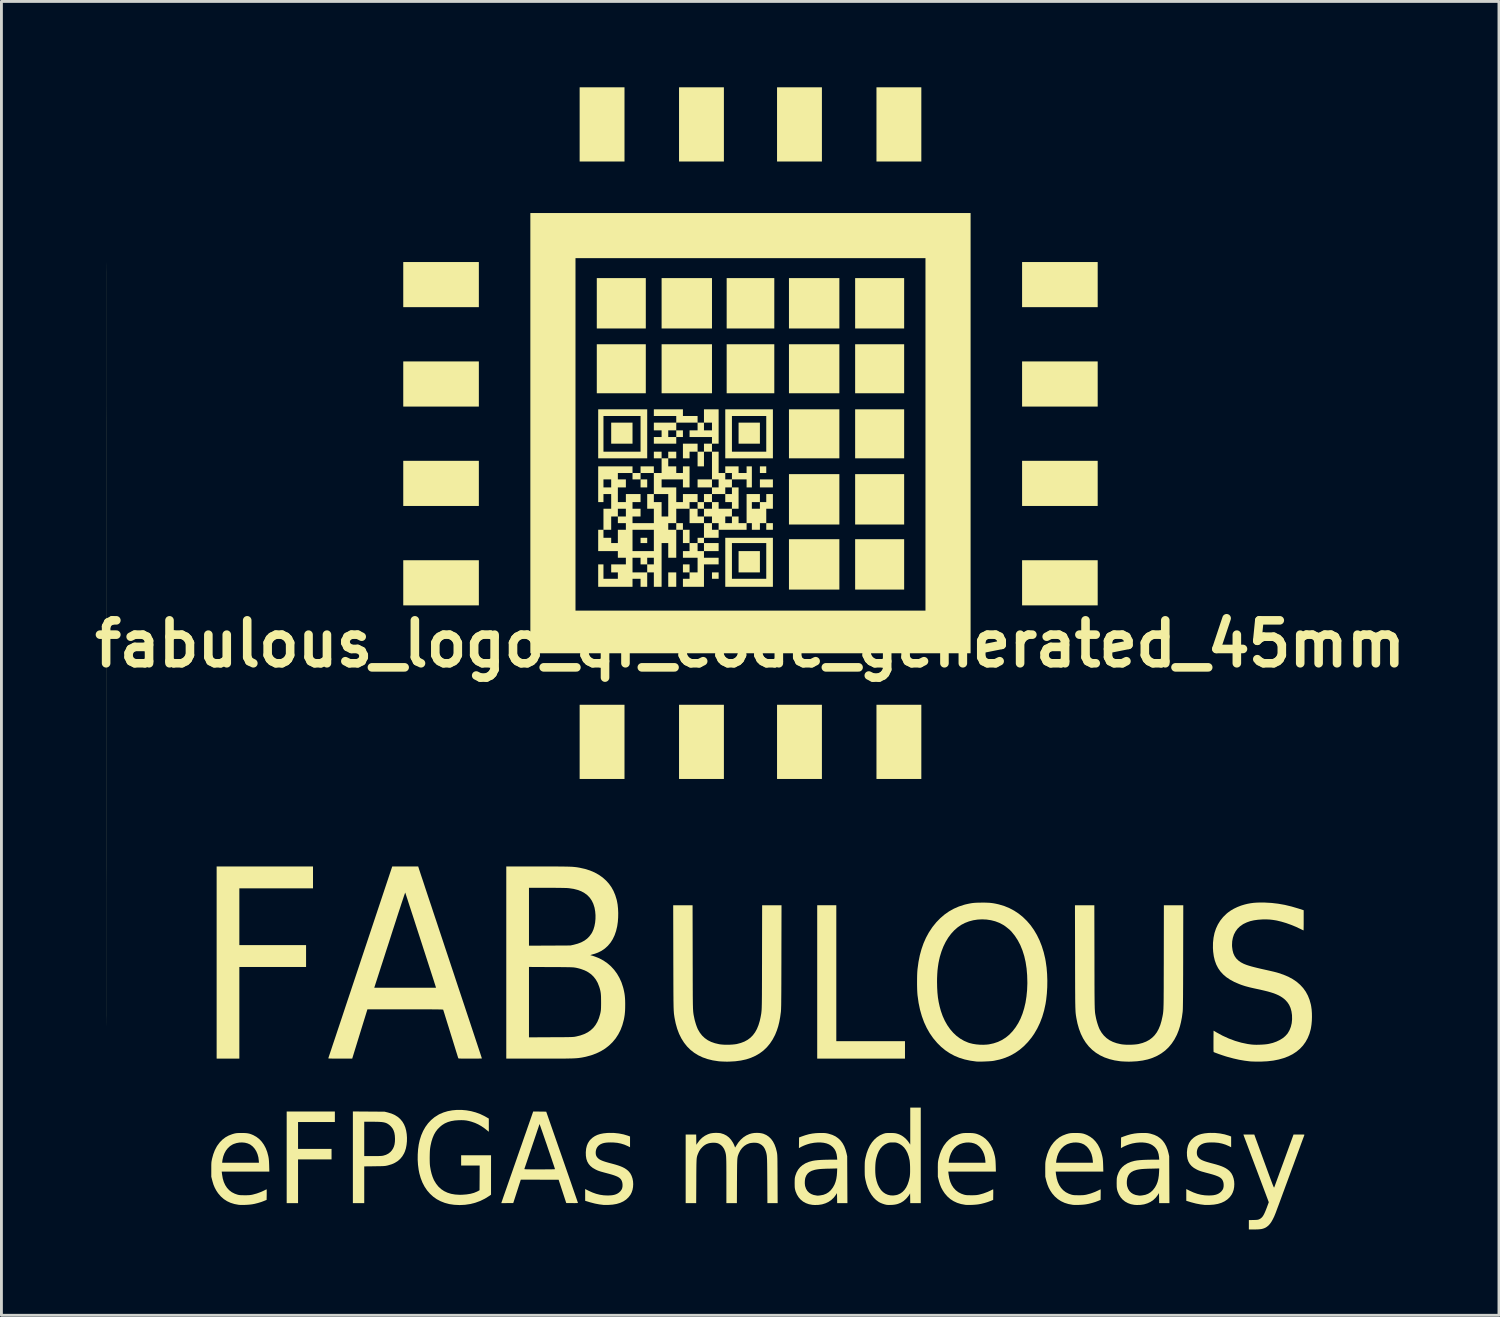
<source format=kicad_pcb>
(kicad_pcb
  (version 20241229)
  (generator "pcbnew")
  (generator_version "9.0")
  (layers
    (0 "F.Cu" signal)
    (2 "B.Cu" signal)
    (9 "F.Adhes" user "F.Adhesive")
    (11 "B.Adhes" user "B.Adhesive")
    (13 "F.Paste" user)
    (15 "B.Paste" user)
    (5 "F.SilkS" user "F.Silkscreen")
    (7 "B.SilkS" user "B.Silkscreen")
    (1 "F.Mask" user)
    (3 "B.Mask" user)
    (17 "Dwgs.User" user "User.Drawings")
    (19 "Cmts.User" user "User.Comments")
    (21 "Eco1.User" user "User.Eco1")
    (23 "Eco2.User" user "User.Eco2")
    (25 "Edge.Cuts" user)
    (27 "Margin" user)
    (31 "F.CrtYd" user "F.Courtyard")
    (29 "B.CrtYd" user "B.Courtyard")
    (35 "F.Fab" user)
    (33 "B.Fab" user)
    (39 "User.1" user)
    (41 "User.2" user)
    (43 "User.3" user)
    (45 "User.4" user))
  (footprint "fabulous_logo_qr_code_generated_45mm"
    (layer "F.Cu")
    (at 23.157 19.442)
    (property "Reference" "fabulous_logo_qr_code_generated_45mm" (at 0 0 0) (layer "F.SilkS") (effects (font (size 1.5 1.5) (thickness 0.3))))
    (attr board_only exclude_from_pos_files exclude_from_bom)
    (fp_poly (pts (xy -9.479 -12.55) (xy -9.479 -11.762) (xy -10.799 -11.762) (xy -12.12 -11.762) (xy -12.12 -12.55) (xy -12.12 -13.338) (xy -10.799 -13.338) (xy -9.479 -13.338)) (stroke (width 0) (type solid)) (fill yes) (layer "F.SilkS"))
    (fp_poly (pts (xy -9.479 -9.078) (xy -9.479 -8.289) (xy -10.799 -8.289) (xy -12.12 -8.289) (xy -12.12 -9.078) (xy -12.12 -9.866) (xy -10.799 -9.866) (xy -9.479 -9.866)) (stroke (width 0) (type solid)) (fill yes) (layer "F.SilkS"))
    (fp_poly (pts (xy -9.479 -5.605) (xy -9.479 -4.817) (xy -10.799 -4.817) (xy -12.12 -4.817) (xy -12.12 -5.605) (xy -12.12 -6.394) (xy -10.799 -6.394) (xy -9.479 -6.394)) (stroke (width 0) (type solid)) (fill yes) (layer "F.SilkS"))
    (fp_poly (pts (xy -9.479 -2.133) (xy -9.479 -1.344) (xy -10.799 -1.344) (xy -12.12 -1.344) (xy -12.12 -2.133) (xy -12.12 -2.921) (xy -10.799 -2.921) (xy -9.479 -2.921)) (stroke (width 0) (type solid)) (fill yes) (layer "F.SilkS"))
    (fp_poly (pts (xy -4.391 -18.146) (xy -4.391 -16.85) (xy -5.175 -16.85) (xy -5.958 -16.85) (xy -5.958 -18.146) (xy -5.958 -19.442) (xy -5.175 -19.442) (xy -4.391 -19.442)) (stroke (width 0) (type solid)) (fill yes) (layer "F.SilkS"))
    (fp_poly (pts (xy -4.391 3.424) (xy -4.391 4.72) (xy -5.175 4.72) (xy -5.958 4.72) (xy -5.958 3.424) (xy -5.958 2.128) (xy -5.175 2.128) (xy -4.391 2.128)) (stroke (width 0) (type solid)) (fill yes) (layer "F.SilkS"))
    (fp_poly (pts (xy -4.111 -7.361) (xy -4.111 -6.993) (xy -4.483 -6.993) (xy -4.856 -6.993) (xy -4.856 -7.361) (xy -4.856 -7.728) (xy -4.483 -7.728) (xy -4.111 -7.728)) (stroke (width 0) (type solid)) (fill yes) (layer "F.SilkS"))
    (fp_poly (pts (xy -3.647 -11.897) (xy -3.647 -11.017) (xy -4.503 -11.017) (xy -5.359 -11.017) (xy -5.359 -11.897) (xy -5.359 -12.777) (xy -4.503 -12.777) (xy -3.647 -12.777)) (stroke (width 0) (type solid)) (fill yes) (layer "F.SilkS"))
    (fp_poly (pts (xy -3.647 -9.61) (xy -3.647 -8.754) (xy -4.503 -8.754) (xy -5.359 -8.754) (xy -5.359 -9.61) (xy -5.359 -10.466) (xy -4.503 -10.466) (xy -3.647 -10.466)) (stroke (width 0) (type solid)) (fill yes) (layer "F.SilkS"))
    (fp_poly (pts (xy -3.598 -5.605) (xy -3.598 -5.465) (xy -3.714 -5.465) (xy -3.83 -5.465) (xy -3.83 -5.605) (xy -3.83 -5.745) (xy -3.714 -5.745) (xy -3.598 -5.745)) (stroke (width 0) (type solid)) (fill yes) (layer "F.SilkS"))
    (fp_poly (pts (xy -3.598 -3.613) (xy -3.598 -3.521) (xy -3.714 -3.521) (xy -3.83 -3.521) (xy -3.83 -3.613) (xy -3.83 -3.705) (xy -3.714 -3.705) (xy -3.598 -3.705)) (stroke (width 0) (type solid)) (fill yes) (layer "F.SilkS"))
    (fp_poly (pts (xy -2.583 -2.244) (xy -2.583 -1.993) (xy -2.723 -1.993) (xy -2.863 -1.993) (xy -2.863 -2.244) (xy -2.863 -2.496) (xy -2.723 -2.496) (xy -2.583 -2.496)) (stroke (width 0) (type solid)) (fill yes) (layer "F.SilkS"))
    (fp_poly (pts (xy -1.335 -11.897) (xy -1.335 -11.017) (xy -2.215 -11.017) (xy -3.095 -11.017) (xy -3.095 -11.897) (xy -3.095 -12.777) (xy -2.215 -12.777) (xy -1.335 -12.777)) (stroke (width 0) (type solid)) (fill yes) (layer "F.SilkS"))
    (fp_poly (pts (xy -1.335 -9.61) (xy -1.335 -8.754) (xy -2.215 -8.754) (xy -3.095 -8.754) (xy -3.095 -9.61) (xy -3.095 -10.466) (xy -2.215 -10.466) (xy -1.335 -10.466)) (stroke (width 0) (type solid)) (fill yes) (layer "F.SilkS"))
    (fp_poly (pts (xy -1.103 -2.384) (xy -1.103 -2.273) (xy -1.219 -2.273) (xy -1.335 -2.273) (xy -1.335 -2.384) (xy -1.335 -2.496) (xy -1.219 -2.496) (xy -1.103 -2.496)) (stroke (width 0) (type solid)) (fill yes) (layer "F.SilkS"))
    (fp_poly (pts (xy -0.919 -18.146) (xy -0.919 -16.85) (xy -1.702 -16.85) (xy -2.486 -16.85) (xy -2.486 -18.146) (xy -2.486 -19.442) (xy -1.702 -19.442) (xy -0.919 -19.442)) (stroke (width 0) (type solid)) (fill yes) (layer "F.SilkS"))
    (fp_poly (pts (xy -0.919 3.424) (xy -0.919 4.72) (xy -1.702 4.72) (xy -2.486 4.72) (xy -2.486 3.424) (xy -2.486 2.128) (xy -1.702 2.128) (xy -0.919 2.128)) (stroke (width 0) (type solid)) (fill yes) (layer "F.SilkS"))
    (fp_poly (pts (xy 0.339 -7.361) (xy 0.339 -6.993) (xy -0.034 -6.993) (xy -0.406 -6.993) (xy -0.406 -7.361) (xy -0.406 -7.728) (xy -0.034 -7.728) (xy 0.339 -7.728)) (stroke (width 0) (type solid)) (fill yes) (layer "F.SilkS"))
    (fp_poly (pts (xy 0.339 -2.868) (xy 0.339 -2.496) (xy -0.034 -2.496) (xy -0.406 -2.496) (xy -0.406 -2.868) (xy -0.406 -3.24) (xy -0.034 -3.24) (xy 0.339 -3.24)) (stroke (width 0) (type solid)) (fill yes) (layer "F.SilkS"))
    (fp_poly (pts (xy 0.561 -6.084) (xy 0.561 -5.968) (xy 0.45 -5.968) (xy 0.339 -5.968) (xy 0.339 -6.084) (xy 0.339 -6.2) (xy 0.45 -6.2) (xy 0.561 -6.2)) (stroke (width 0) (type solid)) (fill yes) (layer "F.SilkS"))
    (fp_poly (pts (xy 0.793 -5.605) (xy 0.793 -5.465) (xy 0.566 -5.465) (xy 0.339 -5.465) (xy 0.339 -5.605) (xy 0.339 -5.745) (xy 0.566 -5.745) (xy 0.793 -5.745)) (stroke (width 0) (type solid)) (fill yes) (layer "F.SilkS"))
    (fp_poly (pts (xy 0.793 -4.101) (xy 0.793 -3.985) (xy 0.677 -3.985) (xy 0.561 -3.985) (xy 0.561 -4.101) (xy 0.561 -4.217) (xy 0.677 -4.217) (xy 0.793 -4.217)) (stroke (width 0) (type solid)) (fill yes) (layer "F.SilkS"))
    (fp_poly (pts (xy 0.842 -11.897) (xy 0.842 -11.017) (xy 0.01 -11.017) (xy -0.822 -11.017) (xy -0.822 -11.897) (xy -0.822 -12.777) (xy 0.01 -12.777) (xy 0.842 -12.777)) (stroke (width 0) (type solid)) (fill yes) (layer "F.SilkS"))
    (fp_poly (pts (xy 0.842 -9.61) (xy 0.842 -8.754) (xy 0.01 -8.754) (xy -0.822 -8.754) (xy -0.822 -9.61) (xy -0.822 -10.466) (xy 0.01 -10.466) (xy 0.842 -10.466)) (stroke (width 0) (type solid)) (fill yes) (layer "F.SilkS"))
    (fp_poly (pts (xy 2.505 -18.146) (xy 2.505 -16.85) (xy 1.722 -16.85) (xy 0.938 -16.85) (xy 0.938 -18.146) (xy 0.938 -19.442) (xy 1.722 -19.442) (xy 2.505 -19.442)) (stroke (width 0) (type solid)) (fill yes) (layer "F.SilkS"))
    (fp_poly (pts (xy 2.505 3.424) (xy 2.505 4.72) (xy 1.722 4.72) (xy 0.938 4.72) (xy 0.938 3.424) (xy 0.938 2.128) (xy 1.722 2.128) (xy 2.505 2.128)) (stroke (width 0) (type solid)) (fill yes) (layer "F.SilkS"))
    (fp_poly (pts (xy 3.115 -11.897) (xy 3.115 -11.017) (xy 2.234 -11.017) (xy 1.354 -11.017) (xy 1.354 -11.897) (xy 1.354 -12.777) (xy 2.234 -12.777) (xy 3.115 -12.777)) (stroke (width 0) (type solid)) (fill yes) (layer "F.SilkS"))
    (fp_poly (pts (xy 3.115 -9.61) (xy 3.115 -8.754) (xy 2.234 -8.754) (xy 1.354 -8.754) (xy 1.354 -9.61) (xy 1.354 -10.466) (xy 2.234 -10.466) (xy 3.115 -10.466)) (stroke (width 0) (type solid)) (fill yes) (layer "F.SilkS"))
    (fp_poly (pts (xy 3.115 -7.337) (xy 3.115 -6.481) (xy 2.234 -6.481) (xy 1.354 -6.481) (xy 1.354 -7.337) (xy 1.354 -8.193) (xy 2.234 -8.193) (xy 3.115 -8.193)) (stroke (width 0) (type solid)) (fill yes) (layer "F.SilkS"))
    (fp_poly (pts (xy 3.115 -5.049) (xy 3.115 -4.169) (xy 2.234 -4.169) (xy 1.354 -4.169) (xy 1.354 -5.049) (xy 1.354 -5.929) (xy 2.234 -5.929) (xy 3.115 -5.929)) (stroke (width 0) (type solid)) (fill yes) (layer "F.SilkS"))
    (fp_poly (pts (xy 3.115 -2.776) (xy 3.115 -1.896) (xy 2.234 -1.896) (xy 1.354 -1.896) (xy 1.354 -2.776) (xy 1.354 -3.656) (xy 2.234 -3.656) (xy 3.115 -3.656)) (stroke (width 0) (type solid)) (fill yes) (layer "F.SilkS"))
    (fp_poly (pts (xy 5.378 -11.897) (xy 5.378 -11.017) (xy 4.522 -11.017) (xy 3.666 -11.017) (xy 3.666 -11.897) (xy 3.666 -12.777) (xy 4.522 -12.777) (xy 5.378 -12.777)) (stroke (width 0) (type solid)) (fill yes) (layer "F.SilkS"))
    (fp_poly (pts (xy 5.378 -9.61) (xy 5.378 -8.754) (xy 4.522 -8.754) (xy 3.666 -8.754) (xy 3.666 -9.61) (xy 3.666 -10.466) (xy 4.522 -10.466) (xy 5.378 -10.466)) (stroke (width 0) (type solid)) (fill yes) (layer "F.SilkS"))
    (fp_poly (pts (xy 5.378 -7.337) (xy 5.378 -6.481) (xy 4.522 -6.481) (xy 3.666 -6.481) (xy 3.666 -7.337) (xy 3.666 -8.193) (xy 4.522 -8.193) (xy 5.378 -8.193)) (stroke (width 0) (type solid)) (fill yes) (layer "F.SilkS"))
    (fp_poly (pts (xy 5.378 -5.049) (xy 5.378 -4.169) (xy 4.522 -4.169) (xy 3.666 -4.169) (xy 3.666 -5.049) (xy 3.666 -5.929) (xy 4.522 -5.929) (xy 5.378 -5.929)) (stroke (width 0) (type solid)) (fill yes) (layer "F.SilkS"))
    (fp_poly (pts (xy 5.378 -2.776) (xy 5.378 -1.896) (xy 4.522 -1.896) (xy 3.666 -1.896) (xy 3.666 -2.776) (xy 3.666 -3.656) (xy 4.522 -3.656) (xy 5.378 -3.656)) (stroke (width 0) (type solid)) (fill yes) (layer "F.SilkS"))
    (fp_poly (pts (xy 5.978 -18.146) (xy 5.978 -16.85) (xy 5.194 -16.85) (xy 4.411 -16.85) (xy 4.411 -18.146) (xy 4.411 -19.442) (xy 5.194 -19.442) (xy 5.978 -19.442)) (stroke (width 0) (type solid)) (fill yes) (layer "F.SilkS"))
    (fp_poly (pts (xy 5.978 3.424) (xy 5.978 4.72) (xy 5.194 4.72) (xy 4.411 4.72) (xy 4.411 3.424) (xy 4.411 2.128) (xy 5.194 2.128) (xy 5.978 2.128)) (stroke (width 0) (type solid)) (fill yes) (layer "F.SilkS"))
    (fp_poly (pts (xy 12.139 -12.55) (xy 12.139 -11.762) (xy 10.819 -11.762) (xy 9.498 -11.762) (xy 9.498 -12.55) (xy 9.498 -13.338) (xy 10.819 -13.338) (xy 12.139 -13.338)) (stroke (width 0) (type solid)) (fill yes) (layer "F.SilkS"))
    (fp_poly (pts (xy 12.139 -9.078) (xy 12.139 -8.289) (xy 10.819 -8.289) (xy 9.498 -8.289) (xy 9.498 -9.078) (xy 9.498 -9.866) (xy 10.819 -9.866) (xy 12.139 -9.866)) (stroke (width 0) (type solid)) (fill yes) (layer "F.SilkS"))
    (fp_poly (pts (xy 12.139 -5.605) (xy 12.139 -4.817) (xy 10.819 -4.817) (xy 9.498 -4.817) (xy 9.498 -5.605) (xy 9.498 -6.394) (xy 10.819 -6.394) (xy 12.139 -6.394)) (stroke (width 0) (type solid)) (fill yes) (layer "F.SilkS"))
    (fp_poly (pts (xy 12.139 -2.133) (xy 12.139 -1.344) (xy 10.819 -1.344) (xy 9.498 -1.344) (xy 9.498 -2.133) (xy 9.498 -2.921) (xy 10.819 -2.921) (xy 12.139 -2.921)) (stroke (width 0) (type solid)) (fill yes) (layer "F.SilkS"))
    (fp_poly (pts (xy -1.838 -4.585) (xy -1.838 -4.449) (xy -1.727 -4.449) (xy -1.615 -4.449) (xy -1.615 -4.333) (xy -1.615 -4.217) (xy -1.867 -4.217) (xy -2.118 -4.217) (xy -2.118 -4.469) (xy -2.118 -4.72) (xy -1.978 -4.72) (xy -1.838 -4.72)) (stroke (width 0) (type solid)) (fill yes) (layer "F.SilkS"))
    (fp_poly (pts (xy 3.008 11.505) (xy 3.008 13.88) (xy 4.208 13.88) (xy 5.407 13.88) (xy 5.407 14.185) (xy 5.407 14.489) (xy 3.874 14.489) (xy 2.341 14.489) (xy 2.341 11.81) (xy 2.341 9.131) (xy 2.674 9.131) (xy 3.008 9.131)) (stroke (width 0) (type solid)) (fill yes) (layer "F.SilkS"))
    (fp_poly (pts (xy -3.598 -7.337) (xy -3.598 -6.481) (xy -4.454 -6.481) (xy -5.31 -6.481) (xy -5.31 -7.337) (xy -5.126 -7.337) (xy -5.126 -6.713) (xy -4.478 -6.713) (xy -3.83 -6.713) (xy -3.83 -7.337) (xy -3.83 -7.96) (xy -4.478 -7.96) (xy -5.126 -7.96) (xy -5.126 -7.337) (xy -5.31 -7.337) (xy -5.31 -8.193) (xy -4.454 -8.193) (xy -3.598 -8.193)) (stroke (width 0) (type solid)) (fill yes) (layer "F.SilkS"))
    (fp_poly (pts (xy 0.793 -7.337) (xy 0.793 -6.481) (xy -0.039 -6.481) (xy -0.871 -6.481) (xy -0.871 -7.337) (xy -0.638 -7.337) (xy -0.638 -6.713) (xy -0.039 -6.713) (xy 0.561 -6.713) (xy 0.561 -7.337) (xy 0.561 -7.96) (xy -0.039 -7.96) (xy -0.638 -7.96) (xy -0.638 -7.337) (xy -0.871 -7.337) (xy -0.871 -8.193) (xy -0.039 -8.193) (xy 0.793 -8.193)) (stroke (width 0) (type solid)) (fill yes) (layer "F.SilkS"))
    (fp_poly (pts (xy 0.793 -2.849) (xy 0.793 -1.993) (xy -0.039 -1.993) (xy -0.871 -1.993) (xy -0.871 -2.849) (xy -0.871 -2.897) (xy -0.638 -2.897) (xy -0.638 -2.273) (xy -0.039 -2.273) (xy 0.561 -2.273) (xy 0.561 -2.897) (xy 0.561 -3.521) (xy -0.039 -3.521) (xy -0.638 -3.521) (xy -0.638 -2.897) (xy -0.871 -2.897) (xy -0.871 -3.705) (xy -0.039 -3.705) (xy 0.793 -3.705)) (stroke (width 0) (type solid)) (fill yes) (layer "F.SilkS"))
    (fp_poly (pts (xy 7.699 -7.361) (xy 7.699 0.329) (xy 0.01 0.329) (xy -7.68 0.329) (xy -7.68 -7.317) (xy -6.103 -7.317) (xy -6.103 -1.161) (xy 0.01 -1.161) (xy 6.123 -1.161) (xy 6.123 -7.317) (xy 6.123 -13.474) (xy 0.01 -13.474) (xy -6.103 -13.474) (xy -6.103 -7.317) (xy -7.68 -7.317) (xy -7.68 -7.361) (xy -7.68 -15.05) (xy 0.01 -15.05) (xy 7.699 -15.05)) (stroke (width 0) (type solid)) (fill yes) (layer "F.SilkS"))
    (fp_poly (pts (xy -15.273 8.159) (xy -15.273 8.541) (xy -16.559 8.541) (xy -17.846 8.541) (xy -17.846 9.532) (xy -17.846 10.524) (xy -16.68 10.524) (xy -15.515 10.524) (xy -15.515 10.906) (xy -15.515 11.288) (xy -16.68 11.288) (xy -17.846 11.288) (xy -17.846 12.889) (xy -17.846 14.489) (xy -18.242 14.489) (xy -18.639 14.489) (xy -18.639 11.133) (xy -18.639 7.777) (xy -16.956 7.777) (xy -15.273 7.777)) (stroke (width 0) (type solid)) (fill yes) (layer "F.SilkS"))
    (fp_poly (pts (xy -14.509 16.521) (xy -14.509 16.704) (xy -15.152 16.704) (xy -15.795 16.704) (xy -15.795 17.174) (xy -15.795 17.643) (xy -15.21 17.643) (xy -14.625 17.643) (xy -14.625 17.826) (xy -14.625 18.01) (xy -15.21 18.01) (xy -15.795 18.01) (xy -15.795 18.774) (xy -15.795 19.538) (xy -15.993 19.538) (xy -16.192 19.538) (xy -16.192 17.938) (xy -16.192 16.337) (xy -15.35 16.337) (xy -14.509 16.337)) (stroke (width 0) (type solid)) (fill yes) (layer "F.SilkS"))
    (fp_poly (pts (xy -13.326 16.339) (xy -12.773 16.343) (xy -12.661 16.37) (xy -12.53 16.409) (xy -12.414 16.46) (xy -12.312 16.525) (xy -12.224 16.602) (xy -12.149 16.692) (xy -12.092 16.789) (xy -12.05 16.89) (xy -12.019 17.003) (xy -11.999 17.125) (xy -11.99 17.252) (xy -11.992 17.38) (xy -12.005 17.506) (xy -12.028 17.625) (xy -12.063 17.734) (xy -12.091 17.798) (xy -12.152 17.901) (xy -12.225 17.99) (xy -12.311 18.066) (xy -12.411 18.129) (xy -12.525 18.18) (xy -12.655 18.219) (xy -12.656 18.219) (xy -12.685 18.226) (xy -12.71 18.231) (xy -12.736 18.236) (xy -12.763 18.239) (xy -12.795 18.242) (xy -12.834 18.244) (xy -12.882 18.246) (xy -12.942 18.247) (xy -13.016 18.248) (xy -13.107 18.249) (xy -13.123 18.25) (xy -13.483 18.254) (xy -13.483 18.896) (xy -13.483 19.538) (xy -13.682 19.538) (xy -13.88 19.538) (xy -13.88 17.937) (xy -13.88 17.294) (xy -13.483 17.294) (xy -13.483 17.894) (xy -13.188 17.894) (xy -13.096 17.894) (xy -13.021 17.893) (xy -12.96 17.892) (xy -12.912 17.89) (xy -12.873 17.887) (xy -12.842 17.883) (xy -12.819 17.879) (xy -12.724 17.85) (xy -12.64 17.807) (xy -12.566 17.749) (xy -12.521 17.698) (xy -12.478 17.632) (xy -12.446 17.562) (xy -12.424 17.484) (xy -12.412 17.395) (xy -12.408 17.294) (xy -12.414 17.18) (xy -12.43 17.081) (xy -12.459 16.994) (xy -12.5 16.919) (xy -12.555 16.853) (xy -12.607 16.806) (xy -12.645 16.779) (xy -12.682 16.756) (xy -12.721 16.738) (xy -12.765 16.724) (xy -12.814 16.713) (xy -12.873 16.705) (xy -12.943 16.7) (xy -13.026 16.696) (xy -13.125 16.695) (xy -13.193 16.695) (xy -13.483 16.695) (xy -13.483 17.294) (xy -13.88 17.294) (xy -13.88 16.335)) (stroke (width 0) (type solid)) (fill yes) (layer "F.SilkS"))
    (fp_poly (pts (xy -2.35 -8.077) (xy -2.35 -7.96) (xy -2.094 -7.96) (xy -1.838 -7.96) (xy -1.838 -7.844) (xy -1.838 -7.728) (xy -1.727 -7.728) (xy -1.615 -7.728) (xy -1.615 -7.96) (xy -1.615 -8.193) (xy -1.359 -8.193) (xy -1.103 -8.193) (xy -1.103 -7.593) (xy -1.103 -6.993) (xy -1.219 -6.993) (xy -1.335 -6.993) (xy -1.335 -6.853) (xy -1.335 -6.713) (xy -1.475 -6.713) (xy -1.615 -6.713) (xy -1.615 -6.456) (xy -1.615 -6.2) (xy -1.727 -6.2) (xy -1.838 -6.2) (xy -1.838 -6.456) (xy -1.838 -6.713) (xy -1.978 -6.713) (xy -2.118 -6.713) (xy -2.118 -6.597) (xy -2.118 -6.481) (xy -2.234 -6.481) (xy -2.35 -6.481) (xy -2.35 -6.737) (xy -2.35 -6.993) (xy -2.094 -6.993) (xy -1.838 -6.993) (xy -1.838 -6.853) (xy -1.838 -6.713) (xy -1.727 -6.713) (xy -1.615 -6.713) (xy -1.615 -6.853) (xy -1.615 -6.993) (xy -1.475 -6.993) (xy -1.335 -6.993) (xy -1.335 -7.109) (xy -1.335 -7.225) (xy -1.727 -7.225) (xy -2.118 -7.225) (xy -2.118 -7.341) (xy -2.118 -7.458) (xy -1.978 -7.458) (xy -1.838 -7.458) (xy -1.838 -7.593) (xy -1.615 -7.593) (xy -1.615 -7.458) (xy -1.475 -7.458) (xy -1.335 -7.458) (xy -1.335 -7.593) (xy -1.335 -7.728) (xy -1.475 -7.728) (xy -1.615 -7.728) (xy -1.615 -7.593) (xy -1.838 -7.593) (xy -1.838 -7.728) (xy -2.21 -7.728) (xy -2.583 -7.728) (xy -2.583 -7.593) (xy -2.583 -7.458) (xy -2.723 -7.458) (xy -2.863 -7.458) (xy -2.863 -7.341) (xy -2.863 -7.225) (xy -2.723 -7.225) (xy -2.583 -7.225) (xy -2.583 -7.341) (xy -2.583 -7.458) (xy -2.466 -7.458) (xy -2.35 -7.458) (xy -2.35 -7.341) (xy -2.35 -7.225) (xy -2.466 -7.225) (xy -2.583 -7.225) (xy -2.583 -7.109) (xy -2.583 -6.993) (xy -2.974 -6.993) (xy -3.366 -6.993) (xy -3.366 -7.109) (xy -3.366 -7.225) (xy -3.231 -7.225) (xy -3.095 -7.225) (xy -3.095 -7.341) (xy -3.095 -7.458) (xy -3.231 -7.458) (xy -3.366 -7.458) (xy -3.366 -7.593) (xy -3.366 -7.728) (xy -2.974 -7.728) (xy -2.583 -7.728) (xy -2.583 -7.844) (xy -2.583 -7.96) (xy -2.974 -7.96) (xy -3.366 -7.96) (xy -3.366 -8.077) (xy -3.366 -8.193) (xy -2.858 -8.193) (xy -2.35 -8.193)) (stroke (width 0) (type solid)) (fill yes) (layer "F.SilkS"))
    (fp_poly (pts (xy -10.082 16.281) (xy -9.915 16.296) (xy -9.749 16.325) (xy -9.586 16.369) (xy -9.429 16.427) (xy -9.278 16.5) (xy -9.246 16.518) (xy -9.131 16.584) (xy -9.131 16.814) (xy -9.131 17.045) (xy -9.167 17.015) (xy -9.283 16.923) (xy -9.394 16.847) (xy -9.504 16.785) (xy -9.614 16.735) (xy -9.73 16.695) (xy -9.745 16.69) (xy -9.833 16.667) (xy -9.913 16.651) (xy -9.994 16.642) (xy -10.081 16.639) (xy -10.175 16.64) (xy -10.318 16.65) (xy -10.447 16.672) (xy -10.563 16.706) (xy -10.668 16.752) (xy -10.764 16.812) (xy -10.843 16.877) (xy -10.922 16.958) (xy -10.99 17.048) (xy -11.047 17.148) (xy -11.095 17.262) (xy -11.135 17.389) (xy -11.167 17.532) (xy -11.178 17.599) (xy -11.185 17.653) (xy -11.19 17.721) (xy -11.193 17.8) (xy -11.195 17.886) (xy -11.196 17.973) (xy -11.195 18.058) (xy -11.193 18.136) (xy -11.189 18.204) (xy -11.183 18.257) (xy -11.183 18.257) (xy -11.159 18.393) (xy -11.13 18.513) (xy -11.095 18.621) (xy -11.054 18.719) (xy -11.04 18.747) (xy -10.97 18.862) (xy -10.889 18.963) (xy -10.796 19.048) (xy -10.691 19.118) (xy -10.574 19.173) (xy -10.446 19.213) (xy -10.305 19.237) (xy -10.152 19.246) (xy -10.061 19.245) (xy -9.908 19.233) (xy -9.77 19.211) (xy -9.648 19.178) (xy -9.542 19.134) (xy -9.513 19.119) (xy -9.455 19.087) (xy -9.452 18.655) (xy -9.45 18.223) (xy -9.774 18.223) (xy -10.098 18.223) (xy -10.098 18.044) (xy -10.098 17.865) (xy -9.576 17.865) (xy -9.053 17.865) (xy -9.054 18.554) (xy -9.054 19.243) (xy -9.109 19.282) (xy -9.266 19.38) (xy -9.43 19.461) (xy -9.602 19.524) (xy -9.78 19.569) (xy -9.964 19.596) (xy -10.153 19.605) (xy -10.345 19.595) (xy -10.511 19.571) (xy -10.668 19.529) (xy -10.814 19.472) (xy -10.95 19.4) (xy -11.074 19.312) (xy -11.186 19.209) (xy -11.287 19.093) (xy -11.375 18.962) (xy -11.45 18.818) (xy -11.511 18.661) (xy -11.559 18.492) (xy -11.582 18.373) (xy -11.605 18.199) (xy -11.616 18.018) (xy -11.614 17.836) (xy -11.602 17.658) (xy -11.578 17.486) (xy -11.544 17.333) (xy -11.492 17.169) (xy -11.426 17.017) (xy -11.347 16.877) (xy -11.254 16.75) (xy -11.149 16.637) (xy -11.032 16.539) (xy -10.903 16.456) (xy -10.854 16.429) (xy -10.715 16.37) (xy -10.566 16.325) (xy -10.409 16.296) (xy -10.247 16.281)) (stroke (width 0) (type solid)) (fill yes) (layer "F.SilkS"))
    (fp_poly (pts (xy 17.951 18.078) (xy 18.007 18.23) (xy 18.056 18.364) (xy 18.099 18.482) (xy 18.137 18.585) (xy 18.17 18.674) (xy 18.198 18.749) (xy 18.222 18.812) (xy 18.241 18.864) (xy 18.258 18.906) (xy 18.271 18.938) (xy 18.281 18.962) (xy 18.289 18.978) (xy 18.295 18.988) (xy 18.3 18.993) (xy 18.303 18.993) (xy 18.305 18.99) (xy 18.305 18.99) (xy 18.31 18.977) (xy 18.321 18.948) (xy 18.338 18.902) (xy 18.359 18.843) (xy 18.386 18.77) (xy 18.417 18.685) (xy 18.452 18.59) (xy 18.49 18.485) (xy 18.531 18.373) (xy 18.575 18.253) (xy 18.621 18.128) (xy 18.649 18.051) (xy 18.981 17.14) (xy 19.174 17.14) (xy 19.239 17.14) (xy 19.288 17.14) (xy 19.322 17.141) (xy 19.344 17.143) (xy 19.356 17.146) (xy 19.361 17.15) (xy 19.36 17.155) (xy 19.36 17.157) (xy 19.356 17.168) (xy 19.345 17.196) (xy 19.329 17.24) (xy 19.307 17.299) (xy 19.28 17.372) (xy 19.248 17.458) (xy 19.212 17.557) (xy 19.172 17.666) (xy 19.128 17.785) (xy 19.081 17.913) (xy 19.031 18.049) (xy 18.979 18.192) (xy 18.924 18.34) (xy 18.871 18.484) (xy 18.814 18.639) (xy 18.759 18.789) (xy 18.705 18.934) (xy 18.654 19.074) (xy 18.605 19.206) (xy 18.56 19.329) (xy 18.518 19.443) (xy 18.48 19.547) (xy 18.446 19.638) (xy 18.416 19.717) (xy 18.392 19.782) (xy 18.374 19.832) (xy 18.361 19.866) (xy 18.355 19.882) (xy 18.305 20.004) (xy 18.254 20.108) (xy 18.204 20.196) (xy 18.151 20.268) (xy 18.097 20.326) (xy 18.039 20.371) (xy 18.003 20.393) (xy 17.958 20.414) (xy 17.911 20.43) (xy 17.86 20.442) (xy 17.8 20.45) (xy 17.729 20.455) (xy 17.644 20.457) (xy 17.604 20.457) (xy 17.42 20.457) (xy 17.42 20.294) (xy 17.42 20.13) (xy 17.577 20.127) (xy 17.637 20.125) (xy 17.682 20.123) (xy 17.714 20.12) (xy 17.739 20.116) (xy 17.76 20.11) (xy 17.781 20.101) (xy 17.788 20.098) (xy 17.825 20.078) (xy 17.859 20.051) (xy 17.891 20.018) (xy 17.921 19.975) (xy 17.952 19.92) (xy 17.983 19.853) (xy 18.017 19.771) (xy 18.055 19.672) (xy 18.058 19.664) (xy 18.116 19.505) (xy 17.685 18.358) (xy 17.631 18.215) (xy 17.579 18.077) (xy 17.529 17.944) (xy 17.481 17.818) (xy 17.437 17.699) (xy 17.396 17.59) (xy 17.359 17.492) (xy 17.326 17.404) (xy 17.298 17.329) (xy 17.275 17.268) (xy 17.257 17.221) (xy 17.246 17.19) (xy 17.241 17.176) (xy 17.241 17.176) (xy 17.228 17.14) (xy 17.418 17.14) (xy 17.609 17.14)) (stroke (width 0) (type solid)) (fill yes) (layer "F.SilkS"))
    (fp_poly (pts (xy -4.758 17.086) (xy -4.587 17.104) (xy -4.424 17.136) (xy -4.271 17.182) (xy -4.266 17.184) (xy -4.198 17.21) (xy -4.198 17.397) (xy -4.198 17.585) (xy -4.273 17.547) (xy -4.393 17.495) (xy -4.515 17.457) (xy -4.643 17.431) (xy -4.781 17.419) (xy -4.87 17.417) (xy -4.959 17.419) (xy -5.032 17.424) (xy -5.095 17.434) (xy -5.151 17.448) (xy -5.203 17.469) (xy -5.231 17.482) (xy -5.29 17.523) (xy -5.339 17.577) (xy -5.374 17.642) (xy -5.393 17.715) (xy -5.397 17.765) (xy -5.394 17.827) (xy -5.381 17.877) (xy -5.358 17.921) (xy -5.333 17.951) (xy -5.305 17.979) (xy -5.271 18.005) (xy -5.229 18.029) (xy -5.179 18.052) (xy -5.116 18.076) (xy -5.041 18.1) (xy -4.951 18.126) (xy -4.843 18.155) (xy -4.841 18.155) (xy -4.72 18.188) (xy -4.616 18.22) (xy -4.526 18.252) (xy -4.45 18.285) (xy -4.383 18.32) (xy -4.326 18.358) (xy -4.274 18.4) (xy -4.239 18.434) (xy -4.185 18.503) (xy -4.143 18.585) (xy -4.112 18.676) (xy -4.093 18.774) (xy -4.087 18.874) (xy -4.093 18.976) (xy -4.111 19.074) (xy -4.143 19.167) (xy -4.183 19.245) (xy -4.252 19.335) (xy -4.334 19.412) (xy -4.43 19.476) (xy -4.54 19.527) (xy -4.663 19.565) (xy -4.8 19.589) (xy -4.933 19.599) (xy -4.988 19.601) (xy -5.04 19.601) (xy -5.085 19.601) (xy -5.116 19.6) (xy -5.122 19.6) (xy -5.269 19.582) (xy -5.426 19.552) (xy -5.595 19.508) (xy -5.646 19.492) (xy -5.765 19.456) (xy -5.765 19.251) (xy -5.765 19.045) (xy -5.656 19.1) (xy -5.516 19.164) (xy -5.382 19.212) (xy -5.25 19.245) (xy -5.118 19.264) (xy -4.991 19.27) (xy -4.897 19.268) (xy -4.819 19.261) (xy -4.751 19.248) (xy -4.691 19.229) (xy -4.645 19.208) (xy -4.587 19.171) (xy -4.537 19.125) (xy -4.497 19.072) (xy -4.476 19.029) (xy -4.462 18.968) (xy -4.459 18.9) (xy -4.465 18.832) (xy -4.48 18.778) (xy -4.497 18.739) (xy -4.518 18.705) (xy -4.546 18.674) (xy -4.581 18.646) (xy -4.626 18.619) (xy -4.682 18.594) (xy -4.75 18.568) (xy -4.833 18.541) (xy -4.932 18.513) (xy -5.018 18.49) (xy -5.098 18.469) (xy -5.162 18.451) (xy -5.213 18.437) (xy -5.255 18.424) (xy -5.289 18.412) (xy -5.32 18.401) (xy -5.351 18.387) (xy -5.383 18.372) (xy -5.405 18.361) (xy -5.501 18.306) (xy -5.58 18.242) (xy -5.643 18.169) (xy -5.691 18.085) (xy -5.723 17.991) (xy -5.74 17.884) (xy -5.743 17.765) (xy -5.742 17.749) (xy -5.731 17.634) (xy -5.706 17.532) (xy -5.669 17.442) (xy -5.617 17.361) (xy -5.577 17.315) (xy -5.506 17.25) (xy -5.427 17.197) (xy -5.338 17.154) (xy -5.238 17.122) (xy -5.125 17.1) (xy -4.997 17.087) (xy -4.933 17.084)) (stroke (width 0) (type solid)) (fill yes) (layer "F.SilkS"))
    (fp_poly (pts (xy 16.241 17.086) (xy 16.412 17.104) (xy 16.575 17.136) (xy 16.728 17.182) (xy 16.733 17.184) (xy 16.801 17.21) (xy 16.801 17.397) (xy 16.801 17.585) (xy 16.726 17.547) (xy 16.606 17.495) (xy 16.484 17.457) (xy 16.356 17.431) (xy 16.218 17.419) (xy 16.129 17.417) (xy 16.04 17.419) (xy 15.967 17.424) (xy 15.904 17.434) (xy 15.848 17.448) (xy 15.796 17.469) (xy 15.768 17.482) (xy 15.709 17.523) (xy 15.66 17.577) (xy 15.625 17.642) (xy 15.606 17.715) (xy 15.602 17.765) (xy 15.605 17.827) (xy 15.618 17.877) (xy 15.641 17.921) (xy 15.666 17.951) (xy 15.694 17.979) (xy 15.728 18.005) (xy 15.77 18.029) (xy 15.82 18.052) (xy 15.883 18.076) (xy 15.958 18.1) (xy 16.048 18.126) (xy 16.156 18.155) (xy 16.158 18.155) (xy 16.279 18.188) (xy 16.383 18.22) (xy 16.473 18.252) (xy 16.549 18.285) (xy 16.616 18.32) (xy 16.673 18.358) (xy 16.725 18.4) (xy 16.76 18.434) (xy 16.814 18.503) (xy 16.856 18.585) (xy 16.887 18.676) (xy 16.906 18.774) (xy 16.912 18.874) (xy 16.906 18.976) (xy 16.888 19.074) (xy 16.856 19.167) (xy 16.816 19.245) (xy 16.747 19.335) (xy 16.665 19.412) (xy 16.569 19.476) (xy 16.459 19.527) (xy 16.336 19.565) (xy 16.199 19.589) (xy 16.066 19.599) (xy 16.011 19.601) (xy 15.959 19.601) (xy 15.914 19.601) (xy 15.883 19.6) (xy 15.877 19.6) (xy 15.73 19.582) (xy 15.573 19.552) (xy 15.404 19.508) (xy 15.353 19.492) (xy 15.234 19.456) (xy 15.234 19.251) (xy 15.234 19.045) (xy 15.343 19.1) (xy 15.483 19.164) (xy 15.617 19.212) (xy 15.749 19.245) (xy 15.881 19.264) (xy 16.008 19.27) (xy 16.102 19.268) (xy 16.18 19.261) (xy 16.248 19.248) (xy 16.308 19.229) (xy 16.354 19.208) (xy 16.412 19.171) (xy 16.462 19.125) (xy 16.502 19.072) (xy 16.523 19.029) (xy 16.537 18.968) (xy 16.54 18.9) (xy 16.534 18.832) (xy 16.519 18.778) (xy 16.502 18.739) (xy 16.481 18.705) (xy 16.453 18.674) (xy 16.418 18.646) (xy 16.373 18.619) (xy 16.317 18.594) (xy 16.249 18.568) (xy 16.166 18.541) (xy 16.067 18.513) (xy 15.981 18.49) (xy 15.901 18.469) (xy 15.837 18.451) (xy 15.786 18.437) (xy 15.744 18.424) (xy 15.71 18.412) (xy 15.679 18.401) (xy 15.648 18.387) (xy 15.616 18.372) (xy 15.594 18.361) (xy 15.498 18.306) (xy 15.419 18.242) (xy 15.356 18.169) (xy 15.308 18.085) (xy 15.276 17.991) (xy 15.259 17.884) (xy 15.256 17.765) (xy 15.257 17.749) (xy 15.269 17.634) (xy 15.293 17.532) (xy 15.33 17.442) (xy 15.382 17.361) (xy 15.422 17.315) (xy 15.493 17.25) (xy 15.572 17.197) (xy 15.661 17.154) (xy 15.761 17.122) (xy 15.874 17.1) (xy 16.002 17.087) (xy 16.066 17.084)) (stroke (width 0) (type solid)) (fill yes) (layer "F.SilkS"))
    (fp_poly (pts (xy -17.681 17.088) (xy -17.609 17.092) (xy -17.547 17.1) (xy -17.49 17.112) (xy -17.434 17.131) (xy -17.375 17.155) (xy -17.357 17.163) (xy -17.248 17.224) (xy -17.15 17.3) (xy -17.063 17.392) (xy -16.988 17.498) (xy -16.924 17.618) (xy -16.873 17.75) (xy -16.835 17.894) (xy -16.826 17.941) (xy -16.819 17.985) (xy -16.814 18.032) (xy -16.81 18.084) (xy -16.807 18.147) (xy -16.804 18.224) (xy -16.804 18.225) (xy -16.798 18.436) (xy -17.63 18.436) (xy -18.462 18.436) (xy -18.449 18.538) (xy -18.425 18.677) (xy -18.388 18.801) (xy -18.337 18.911) (xy -18.274 19.007) (xy -18.198 19.088) (xy -18.109 19.156) (xy -18.006 19.208) (xy -17.918 19.239) (xy -17.888 19.247) (xy -17.86 19.253) (xy -17.829 19.257) (xy -17.792 19.26) (xy -17.745 19.261) (xy -17.684 19.262) (xy -17.662 19.262) (xy -17.592 19.262) (xy -17.538 19.26) (xy -17.493 19.258) (xy -17.453 19.253) (xy -17.415 19.247) (xy -17.381 19.24) (xy -17.234 19.2) (xy -17.088 19.146) (xy -16.992 19.102) (xy -16.954 19.083) (xy -16.922 19.067) (xy -16.9 19.058) (xy -16.893 19.055) (xy -16.892 19.064) (xy -16.89 19.09) (xy -16.89 19.129) (xy -16.89 19.178) (xy -16.89 19.235) (xy -16.89 19.239) (xy -16.893 19.424) (xy -16.983 19.461) (xy -17.084 19.499) (xy -17.196 19.533) (xy -17.311 19.562) (xy -17.39 19.577) (xy -17.456 19.586) (xy -17.532 19.593) (xy -17.613 19.598) (xy -17.695 19.601) (xy -17.771 19.601) (xy -17.837 19.599) (xy -17.87 19.596) (xy -18.016 19.569) (xy -18.152 19.527) (xy -18.276 19.469) (xy -18.389 19.396) (xy -18.491 19.306) (xy -18.581 19.201) (xy -18.586 19.196) (xy -18.652 19.097) (xy -18.706 18.996) (xy -18.751 18.888) (xy -18.787 18.766) (xy -18.791 18.75) (xy -18.826 18.615) (xy -18.826 18.363) (xy -18.826 18.287) (xy -18.826 18.226) (xy -18.825 18.178) (xy -18.823 18.139) (xy -18.822 18.126) (xy -18.447 18.126) (xy -17.804 18.126) (xy -17.162 18.126) (xy -17.166 18.056) (xy -17.181 17.938) (xy -17.211 17.827) (xy -17.254 17.727) (xy -17.309 17.638) (xy -17.376 17.561) (xy -17.454 17.5) (xy -17.478 17.485) (xy -17.559 17.45) (xy -17.65 17.427) (xy -17.748 17.418) (xy -17.848 17.422) (xy -17.947 17.44) (xy -18.041 17.471) (xy -18.081 17.489) (xy -18.169 17.544) (xy -18.246 17.615) (xy -18.312 17.699) (xy -18.366 17.796) (xy -18.407 17.904) (xy -18.434 18.022) (xy -18.44 18.066) (xy -18.447 18.126) (xy -18.822 18.126) (xy -18.821 18.105) (xy -18.816 18.074) (xy -18.81 18.041) (xy -18.803 18.004) (xy -18.796 17.974) (xy -18.755 17.826) (xy -18.704 17.692) (xy -18.641 17.57) (xy -18.61 17.521) (xy -18.526 17.41) (xy -18.434 17.317) (xy -18.332 17.239) (xy -18.22 17.177) (xy -18.095 17.129) (xy -18.044 17.114) (xy -18.007 17.104) (xy -17.975 17.098) (xy -17.943 17.093) (xy -17.907 17.09) (xy -17.862 17.088) (xy -17.804 17.087) (xy -17.768 17.087)) (stroke (width 0) (type solid)) (fill yes) (layer "F.SilkS"))
    (fp_poly (pts (xy 7.699 17.088) (xy 7.772 17.092) (xy 7.834 17.1) (xy 7.891 17.112) (xy 7.947 17.131) (xy 8.006 17.155) (xy 8.024 17.163) (xy 8.132 17.224) (xy 8.23 17.3) (xy 8.317 17.392) (xy 8.393 17.498) (xy 8.457 17.618) (xy 8.508 17.75) (xy 8.546 17.894) (xy 8.555 17.941) (xy 8.562 17.985) (xy 8.567 18.032) (xy 8.571 18.084) (xy 8.574 18.147) (xy 8.577 18.224) (xy 8.577 18.225) (xy 8.583 18.436) (xy 7.751 18.436) (xy 6.919 18.436) (xy 6.932 18.538) (xy 6.956 18.677) (xy 6.993 18.801) (xy 7.043 18.911) (xy 7.107 19.007) (xy 7.183 19.088) (xy 7.272 19.156) (xy 7.374 19.208) (xy 7.462 19.239) (xy 7.493 19.247) (xy 7.521 19.253) (xy 7.552 19.257) (xy 7.589 19.26) (xy 7.635 19.261) (xy 7.697 19.262) (xy 7.719 19.262) (xy 7.788 19.262) (xy 7.843 19.26) (xy 7.888 19.258) (xy 7.927 19.253) (xy 7.966 19.247) (xy 7.999 19.24) (xy 8.146 19.2) (xy 8.292 19.146) (xy 8.388 19.102) (xy 8.427 19.083) (xy 8.459 19.067) (xy 8.48 19.058) (xy 8.488 19.055) (xy 8.489 19.064) (xy 8.49 19.09) (xy 8.491 19.129) (xy 8.491 19.178) (xy 8.49 19.235) (xy 8.49 19.239) (xy 8.488 19.424) (xy 8.398 19.461) (xy 8.297 19.499) (xy 8.185 19.533) (xy 8.069 19.562) (xy 7.99 19.577) (xy 7.925 19.586) (xy 7.849 19.593) (xy 7.768 19.598) (xy 7.686 19.601) (xy 7.609 19.601) (xy 7.543 19.599) (xy 7.511 19.596) (xy 7.364 19.569) (xy 7.229 19.527) (xy 7.105 19.469) (xy 6.992 19.396) (xy 6.89 19.306) (xy 6.799 19.201) (xy 6.795 19.196) (xy 6.729 19.097) (xy 6.674 18.996) (xy 6.63 18.888) (xy 6.593 18.766) (xy 6.589 18.75) (xy 6.555 18.615) (xy 6.555 18.363) (xy 6.554 18.287) (xy 6.555 18.226) (xy 6.556 18.178) (xy 6.557 18.139) (xy 6.558 18.126) (xy 6.933 18.126) (xy 7.576 18.126) (xy 8.219 18.126) (xy 8.215 18.056) (xy 8.2 17.938) (xy 8.17 17.827) (xy 8.127 17.727) (xy 8.071 17.638) (xy 8.004 17.561) (xy 7.926 17.5) (xy 7.902 17.485) (xy 7.822 17.45) (xy 7.73 17.427) (xy 7.633 17.418) (xy 7.533 17.422) (xy 7.434 17.44) (xy 7.339 17.471) (xy 7.3 17.489) (xy 7.212 17.544) (xy 7.134 17.615) (xy 7.068 17.699) (xy 7.014 17.796) (xy 6.973 17.904) (xy 6.946 18.022) (xy 6.94 18.066) (xy 6.933 18.126) (xy 6.558 18.126) (xy 6.56 18.105) (xy 6.564 18.074) (xy 6.57 18.041) (xy 6.578 18.004) (xy 6.585 17.974) (xy 6.625 17.826) (xy 6.677 17.692) (xy 6.74 17.57) (xy 6.771 17.521) (xy 6.855 17.41) (xy 6.947 17.317) (xy 7.048 17.239) (xy 7.161 17.177) (xy 7.285 17.129) (xy 7.337 17.114) (xy 7.373 17.104) (xy 7.406 17.098) (xy 7.438 17.093) (xy 7.474 17.09) (xy 7.519 17.088) (xy 7.576 17.087) (xy 7.612 17.087)) (stroke (width 0) (type solid)) (fill yes) (layer "F.SilkS"))
    (fp_poly (pts (xy 11.452 17.088) (xy 11.525 17.092) (xy 11.587 17.1) (xy 11.644 17.112) (xy 11.7 17.131) (xy 11.759 17.155) (xy 11.777 17.163) (xy 11.885 17.224) (xy 11.983 17.3) (xy 12.07 17.392) (xy 12.146 17.498) (xy 12.209 17.618) (xy 12.261 17.75) (xy 12.298 17.894) (xy 12.308 17.941) (xy 12.315 17.985) (xy 12.32 18.032) (xy 12.324 18.084) (xy 12.327 18.147) (xy 12.33 18.224) (xy 12.33 18.225) (xy 12.336 18.436) (xy 11.504 18.436) (xy 10.672 18.436) (xy 10.684 18.538) (xy 10.709 18.677) (xy 10.746 18.801) (xy 10.796 18.911) (xy 10.86 19.007) (xy 10.936 19.088) (xy 11.025 19.156) (xy 11.127 19.208) (xy 11.215 19.239) (xy 11.246 19.247) (xy 11.274 19.253) (xy 11.305 19.257) (xy 11.341 19.26) (xy 11.388 19.261) (xy 11.449 19.262) (xy 11.472 19.262) (xy 11.541 19.262) (xy 11.596 19.26) (xy 11.641 19.258) (xy 11.68 19.253) (xy 11.719 19.247) (xy 11.752 19.24) (xy 11.899 19.2) (xy 12.045 19.146) (xy 12.141 19.102) (xy 12.18 19.083) (xy 12.212 19.067) (xy 12.233 19.058) (xy 12.241 19.055) (xy 12.242 19.064) (xy 12.243 19.09) (xy 12.244 19.129) (xy 12.244 19.178) (xy 12.243 19.235) (xy 12.243 19.239) (xy 12.241 19.424) (xy 12.151 19.461) (xy 12.05 19.499) (xy 11.938 19.533) (xy 11.822 19.562) (xy 11.743 19.577) (xy 11.678 19.586) (xy 11.602 19.593) (xy 11.521 19.598) (xy 11.439 19.601) (xy 11.362 19.601) (xy 11.296 19.599) (xy 11.264 19.596) (xy 11.117 19.569) (xy 10.982 19.527) (xy 10.858 19.469) (xy 10.745 19.396) (xy 10.643 19.306) (xy 10.552 19.201) (xy 10.548 19.196) (xy 10.482 19.097) (xy 10.427 18.996) (xy 10.383 18.888) (xy 10.346 18.766) (xy 10.342 18.75) (xy 10.308 18.615) (xy 10.307 18.363) (xy 10.307 18.287) (xy 10.308 18.226) (xy 10.308 18.178) (xy 10.31 18.139) (xy 10.311 18.126) (xy 10.686 18.126) (xy 11.329 18.126) (xy 11.972 18.126) (xy 11.968 18.056) (xy 11.952 17.938) (xy 11.923 17.827) (xy 11.88 17.727) (xy 11.824 17.638) (xy 11.757 17.561) (xy 11.679 17.5) (xy 11.655 17.485) (xy 11.574 17.45) (xy 11.483 17.427) (xy 11.386 17.418) (xy 11.286 17.422) (xy 11.187 17.44) (xy 11.092 17.471) (xy 11.053 17.489) (xy 10.965 17.544) (xy 10.887 17.615) (xy 10.821 17.699) (xy 10.767 17.796) (xy 10.726 17.904) (xy 10.699 18.022) (xy 10.693 18.066) (xy 10.686 18.126) (xy 10.311 18.126) (xy 10.313 18.105) (xy 10.317 18.074) (xy 10.323 18.041) (xy 10.331 18.004) (xy 10.338 17.974) (xy 10.378 17.826) (xy 10.43 17.692) (xy 10.493 17.57) (xy 10.524 17.521) (xy 10.608 17.41) (xy 10.7 17.317) (xy 10.801 17.239) (xy 10.914 17.177) (xy 11.038 17.129) (xy 11.09 17.114) (xy 11.126 17.104) (xy 11.159 17.098) (xy 11.191 17.093) (xy 11.227 17.09) (xy 11.272 17.088) (xy 11.329 17.087) (xy 11.365 17.087)) (stroke (width 0) (type solid)) (fill yes) (layer "F.SilkS"))
    (fp_poly (pts (xy -7.354 16.339) (xy -7.126 16.342) (xy -6.571 17.933) (xy -6.512 18.102) (xy -6.455 18.266) (xy -6.4 18.425) (xy -6.347 18.576) (xy -6.297 18.72) (xy -6.25 18.855) (xy -6.207 18.981) (xy -6.167 19.096) (xy -6.131 19.2) (xy -6.099 19.291) (xy -6.072 19.369) (xy -6.05 19.433) (xy -6.033 19.482) (xy -6.022 19.515) (xy -6.017 19.53) (xy -6.017 19.531) (xy -6.026 19.533) (xy -6.051 19.535) (xy -6.091 19.536) (xy -6.141 19.537) (xy -6.199 19.536) (xy -6.221 19.536) (xy -6.426 19.534) (xy -6.559 19.127) (xy -6.692 18.721) (xy -7.353 18.719) (xy -8.014 18.717) (xy -8.145 19.125) (xy -8.277 19.534) (xy -8.486 19.536) (xy -8.548 19.537) (xy -8.602 19.537) (xy -8.646 19.537) (xy -8.678 19.537) (xy -8.694 19.536) (xy -8.696 19.536) (xy -8.692 19.526) (xy -8.683 19.5) (xy -8.668 19.457) (xy -8.648 19.398) (xy -8.623 19.325) (xy -8.593 19.239) (xy -8.558 19.139) (xy -8.519 19.028) (xy -8.477 18.907) (xy -8.431 18.775) (xy -8.382 18.634) (xy -8.33 18.486) (xy -8.28 18.343) (xy -7.889 18.343) (xy -7.889 18.346) (xy -7.885 18.349) (xy -7.876 18.351) (xy -7.86 18.353) (xy -7.836 18.355) (xy -7.802 18.356) (xy -7.757 18.357) (xy -7.699 18.358) (xy -7.628 18.358) (xy -7.541 18.358) (xy -7.437 18.358) (xy -7.357 18.358) (xy -7.257 18.358) (xy -7.163 18.358) (xy -7.077 18.357) (xy -7 18.357) (xy -6.935 18.356) (xy -6.882 18.355) (xy -6.845 18.353) (xy -6.823 18.352) (xy -6.819 18.351) (xy -6.822 18.34) (xy -6.831 18.312) (xy -6.845 18.269) (xy -6.863 18.214) (xy -6.886 18.146) (xy -6.912 18.069) (xy -6.94 17.983) (xy -6.972 17.891) (xy -7.005 17.793) (xy -7.04 17.692) (xy -7.075 17.589) (xy -7.11 17.485) (xy -7.146 17.383) (xy -7.18 17.283) (xy -7.213 17.188) (xy -7.244 17.098) (xy -7.272 17.017) (xy -7.298 16.944) (xy -7.319 16.882) (xy -7.337 16.833) (xy -7.35 16.797) (xy -7.357 16.778) (xy -7.359 16.774) (xy -7.364 16.786) (xy -7.373 16.815) (xy -7.388 16.859) (xy -7.407 16.917) (xy -7.431 16.985) (xy -7.457 17.064) (xy -7.486 17.151) (xy -7.518 17.245) (xy -7.551 17.344) (xy -7.586 17.446) (xy -7.621 17.55) (xy -7.656 17.655) (xy -7.691 17.757) (xy -7.724 17.857) (xy -7.756 17.951) (xy -7.786 18.04) (xy -7.813 18.12) (xy -7.837 18.19) (xy -7.857 18.249) (xy -7.873 18.295) (xy -7.883 18.327) (xy -7.889 18.342) (xy -7.889 18.343) (xy -8.28 18.343) (xy -8.276 18.33) (xy -8.219 18.168) (xy -8.161 18.001) (xy -8.146 17.957) (xy -8.087 17.788) (xy -8.03 17.624) (xy -7.974 17.466) (xy -7.922 17.315) (xy -7.872 17.171) (xy -7.824 17.036) (xy -7.781 16.91) (xy -7.74 16.794) (xy -7.704 16.691) (xy -7.672 16.599) (xy -7.645 16.521) (xy -7.623 16.457) (xy -7.606 16.408) (xy -7.594 16.375) (xy -7.589 16.36) (xy -7.589 16.358) (xy -7.582 16.337)) (stroke (width 0) (type solid)) (fill yes) (layer "F.SilkS"))
    (fp_poly (pts (xy 2.519 17.087) (xy 2.57 17.088) (xy 2.611 17.09) (xy 2.646 17.094) (xy 2.68 17.1) (xy 2.716 17.107) (xy 2.747 17.115) (xy 2.868 17.153) (xy 2.977 17.204) (xy 3.072 17.27) (xy 3.155 17.349) (xy 3.226 17.443) (xy 3.285 17.551) (xy 3.332 17.676) (xy 3.364 17.793) (xy 3.388 17.899) (xy 3.392 18.719) (xy 3.396 19.538) (xy 3.217 19.538) (xy 3.038 19.538) (xy 3.035 19.363) (xy 3.032 19.187) (xy 2.989 19.254) (xy 2.917 19.348) (xy 2.832 19.428) (xy 2.736 19.494) (xy 2.629 19.544) (xy 2.512 19.58) (xy 2.387 19.599) (xy 2.254 19.603) (xy 2.167 19.597) (xy 2.05 19.575) (xy 1.943 19.536) (xy 1.847 19.483) (xy 1.762 19.414) (xy 1.69 19.331) (xy 1.631 19.235) (xy 1.586 19.127) (xy 1.571 19.074) (xy 1.564 19.041) (xy 1.558 19.007) (xy 1.555 18.967) (xy 1.554 18.917) (xy 1.553 18.852) (xy 1.553 18.843) (xy 1.907 18.843) (xy 1.914 18.917) (xy 1.921 18.951) (xy 1.952 19.038) (xy 1.997 19.112) (xy 2.057 19.172) (xy 2.13 19.219) (xy 2.216 19.252) (xy 2.316 19.271) (xy 2.317 19.271) (xy 2.341 19.274) (xy 2.355 19.276) (xy 2.369 19.275) (xy 2.396 19.273) (xy 2.433 19.269) (xy 2.45 19.267) (xy 2.556 19.247) (xy 2.652 19.21) (xy 2.739 19.156) (xy 2.816 19.086) (xy 2.884 18.998) (xy 2.894 18.982) (xy 2.943 18.894) (xy 2.98 18.798) (xy 3.008 18.692) (xy 3.026 18.573) (xy 3.034 18.461) (xy 3.04 18.326) (xy 2.765 18.333) (xy 2.658 18.335) (xy 2.567 18.339) (xy 2.49 18.343) (xy 2.424 18.348) (xy 2.367 18.355) (xy 2.316 18.363) (xy 2.269 18.372) (xy 2.24 18.379) (xy 2.148 18.409) (xy 2.072 18.449) (xy 2.011 18.5) (xy 1.965 18.562) (xy 1.932 18.637) (xy 1.919 18.686) (xy 1.909 18.763) (xy 1.907 18.843) (xy 1.553 18.843) (xy 1.553 18.832) (xy 1.554 18.769) (xy 1.555 18.72) (xy 1.557 18.682) (xy 1.561 18.65) (xy 1.567 18.62) (xy 1.576 18.587) (xy 1.58 18.572) (xy 1.621 18.462) (xy 1.677 18.364) (xy 1.748 18.278) (xy 1.833 18.206) (xy 1.933 18.145) (xy 2.047 18.097) (xy 2.177 18.061) (xy 2.189 18.059) (xy 2.267 18.046) (xy 2.362 18.036) (xy 2.475 18.028) (xy 2.603 18.023) (xy 2.746 18.02) (xy 2.814 18.02) (xy 3.04 18.02) (xy 3.034 17.936) (xy 3.018 17.828) (xy 2.989 17.734) (xy 2.946 17.652) (xy 2.888 17.582) (xy 2.816 17.523) (xy 2.749 17.484) (xy 2.668 17.452) (xy 2.573 17.43) (xy 2.467 17.419) (xy 2.353 17.419) (xy 2.233 17.429) (xy 2.111 17.451) (xy 2.093 17.455) (xy 2.021 17.475) (xy 1.941 17.502) (xy 1.862 17.534) (xy 1.792 17.566) (xy 1.776 17.575) (xy 1.702 17.616) (xy 1.705 17.43) (xy 1.707 17.244) (xy 1.794 17.211) (xy 1.927 17.165) (xy 2.051 17.13) (xy 2.172 17.107) (xy 2.295 17.093) (xy 2.426 17.087) (xy 2.452 17.087)) (stroke (width 0) (type solid)) (fill yes) (layer "F.SilkS"))
    (fp_poly (pts (xy 13.768 17.087) (xy 13.819 17.088) (xy 13.86 17.09) (xy 13.896 17.094) (xy 13.929 17.1) (xy 13.966 17.107) (xy 13.996 17.115) (xy 14.118 17.153) (xy 14.226 17.204) (xy 14.321 17.27) (xy 14.404 17.349) (xy 14.475 17.443) (xy 14.534 17.551) (xy 14.582 17.676) (xy 14.613 17.793) (xy 14.637 17.899) (xy 14.641 18.719) (xy 14.645 19.538) (xy 14.466 19.538) (xy 14.287 19.538) (xy 14.284 19.363) (xy 14.281 19.187) (xy 14.238 19.254) (xy 14.166 19.348) (xy 14.082 19.428) (xy 13.985 19.494) (xy 13.878 19.544) (xy 13.761 19.58) (xy 13.636 19.599) (xy 13.504 19.603) (xy 13.416 19.597) (xy 13.299 19.575) (xy 13.192 19.536) (xy 13.096 19.483) (xy 13.011 19.414) (xy 12.939 19.331) (xy 12.88 19.235) (xy 12.835 19.127) (xy 12.82 19.074) (xy 12.813 19.041) (xy 12.808 19.007) (xy 12.804 18.967) (xy 12.803 18.917) (xy 12.802 18.852) (xy 12.802 18.843) (xy 13.156 18.843) (xy 13.163 18.917) (xy 13.17 18.951) (xy 13.201 19.038) (xy 13.247 19.112) (xy 13.306 19.172) (xy 13.379 19.219) (xy 13.465 19.252) (xy 13.565 19.271) (xy 13.566 19.271) (xy 13.59 19.274) (xy 13.604 19.276) (xy 13.618 19.275) (xy 13.645 19.273) (xy 13.682 19.269) (xy 13.699 19.267) (xy 13.805 19.247) (xy 13.901 19.21) (xy 13.988 19.156) (xy 14.065 19.086) (xy 14.133 18.998) (xy 14.144 18.982) (xy 14.192 18.894) (xy 14.23 18.798) (xy 14.257 18.692) (xy 14.275 18.573) (xy 14.283 18.461) (xy 14.289 18.326) (xy 14.015 18.333) (xy 13.907 18.335) (xy 13.816 18.339) (xy 13.739 18.343) (xy 13.673 18.348) (xy 13.616 18.355) (xy 13.565 18.363) (xy 13.518 18.372) (xy 13.489 18.379) (xy 13.397 18.409) (xy 13.321 18.449) (xy 13.26 18.5) (xy 13.214 18.562) (xy 13.182 18.637) (xy 13.169 18.686) (xy 13.158 18.763) (xy 13.156 18.843) (xy 12.802 18.843) (xy 12.802 18.832) (xy 12.803 18.769) (xy 12.804 18.72) (xy 12.806 18.682) (xy 12.81 18.65) (xy 12.816 18.62) (xy 12.825 18.587) (xy 12.829 18.572) (xy 12.871 18.462) (xy 12.926 18.364) (xy 12.997 18.278) (xy 13.082 18.206) (xy 13.182 18.145) (xy 13.296 18.097) (xy 13.426 18.061) (xy 13.439 18.059) (xy 13.516 18.046) (xy 13.611 18.036) (xy 13.724 18.028) (xy 13.852 18.023) (xy 13.996 18.02) (xy 14.063 18.02) (xy 14.289 18.02) (xy 14.283 17.936) (xy 14.267 17.828) (xy 14.238 17.734) (xy 14.195 17.652) (xy 14.138 17.582) (xy 14.065 17.523) (xy 13.999 17.484) (xy 13.917 17.452) (xy 13.822 17.43) (xy 13.716 17.419) (xy 13.602 17.419) (xy 13.482 17.429) (xy 13.36 17.451) (xy 13.342 17.455) (xy 13.27 17.475) (xy 13.19 17.502) (xy 13.111 17.534) (xy 13.041 17.566) (xy 13.025 17.575) (xy 12.951 17.616) (xy 12.954 17.43) (xy 12.956 17.244) (xy 13.043 17.211) (xy 13.176 17.165) (xy 13.3 17.13) (xy 13.421 17.107) (xy 13.544 17.093) (xy 13.675 17.087) (xy 13.701 17.087)) (stroke (width 0) (type solid)) (fill yes) (layer "F.SilkS"))
    (fp_poly (pts (xy 5.958 17.87) (xy 5.958 19.538) (xy 5.775 19.538) (xy 5.591 19.538) (xy 5.589 19.367) (xy 5.586 19.196) (xy 5.548 19.259) (xy 5.524 19.292) (xy 5.491 19.333) (xy 5.455 19.375) (xy 5.431 19.399) (xy 5.35 19.469) (xy 5.26 19.524) (xy 5.16 19.564) (xy 5.113 19.577) (xy 5.053 19.589) (xy 4.983 19.597) (xy 4.909 19.601) (xy 4.838 19.602) (xy 4.776 19.598) (xy 4.761 19.596) (xy 4.696 19.581) (xy 4.625 19.558) (xy 4.555 19.53) (xy 4.494 19.499) (xy 4.49 19.496) (xy 4.398 19.429) (xy 4.313 19.345) (xy 4.236 19.246) (xy 4.168 19.133) (xy 4.109 19.007) (xy 4.062 18.871) (xy 4.027 18.727) (xy 4.019 18.686) (xy 4.012 18.65) (xy 4.008 18.616) (xy 4.004 18.58) (xy 4.002 18.54) (xy 4.001 18.492) (xy 4 18.431) (xy 4 18.376) (xy 4.368 18.376) (xy 4.37 18.466) (xy 4.376 18.549) (xy 4.384 18.619) (xy 4.386 18.629) (xy 4.415 18.761) (xy 4.453 18.876) (xy 4.502 18.978) (xy 4.561 19.067) (xy 4.574 19.085) (xy 4.643 19.154) (xy 4.722 19.208) (xy 4.809 19.246) (xy 4.902 19.267) (xy 4.999 19.271) (xy 5.099 19.257) (xy 5.155 19.242) (xy 5.241 19.203) (xy 5.319 19.148) (xy 5.388 19.076) (xy 5.449 18.988) (xy 5.499 18.884) (xy 5.54 18.765) (xy 5.571 18.631) (xy 5.573 18.62) (xy 5.579 18.57) (xy 5.584 18.505) (xy 5.586 18.431) (xy 5.586 18.35) (xy 5.585 18.268) (xy 5.582 18.189) (xy 5.577 18.118) (xy 5.571 18.059) (xy 5.568 18.04) (xy 5.537 17.907) (xy 5.495 17.788) (xy 5.442 17.686) (xy 5.379 17.598) (xy 5.305 17.527) (xy 5.221 17.471) (xy 5.166 17.446) (xy 5.132 17.433) (xy 5.104 17.425) (xy 5.075 17.42) (xy 5.04 17.418) (xy 4.993 17.418) (xy 4.977 17.418) (xy 4.924 17.418) (xy 4.885 17.42) (xy 4.854 17.425) (xy 4.825 17.432) (xy 4.793 17.444) (xy 4.793 17.444) (xy 4.702 17.489) (xy 4.622 17.551) (xy 4.552 17.628) (xy 4.493 17.722) (xy 4.445 17.832) (xy 4.407 17.958) (xy 4.39 18.039) (xy 4.38 18.109) (xy 4.373 18.192) (xy 4.369 18.282) (xy 4.368 18.376) (xy 4 18.376) (xy 4 18.356) (xy 4 18.339) (xy 4 18.261) (xy 4.001 18.198) (xy 4.002 18.148) (xy 4.004 18.107) (xy 4.007 18.072) (xy 4.011 18.039) (xy 4.017 18.005) (xy 4.025 17.967) (xy 4.028 17.953) (xy 4.067 17.797) (xy 4.119 17.655) (xy 4.181 17.527) (xy 4.254 17.414) (xy 4.338 17.316) (xy 4.431 17.233) (xy 4.534 17.167) (xy 4.646 17.117) (xy 4.657 17.114) (xy 4.689 17.104) (xy 4.716 17.096) (xy 4.744 17.092) (xy 4.778 17.089) (xy 4.822 17.088) (xy 4.879 17.087) (xy 4.889 17.087) (xy 4.964 17.088) (xy 5.024 17.091) (xy 5.075 17.097) (xy 5.122 17.108) (xy 5.172 17.123) (xy 5.225 17.144) (xy 5.299 17.182) (xy 5.375 17.236) (xy 5.447 17.301) (xy 5.512 17.376) (xy 5.553 17.434) (xy 5.591 17.493) (xy 5.591 16.847) (xy 5.591 16.201) (xy 5.774 16.201) (xy 5.958 16.201)) (stroke (width 0) (type solid)) (fill yes) (layer "F.SilkS"))
    (fp_poly (pts (xy -22.492 -13.883) (xy -22.492 -13.856) (xy -22.492 -13.812) (xy -22.492 -13.75) (xy -22.492 -13.67) (xy -22.492 -13.572) (xy -22.492 -13.455) (xy -22.492 -13.321) (xy -22.492 -13.168) (xy -22.491 -12.997) (xy -22.491 -12.808) (xy -22.491 -12.6) (xy -22.491 -12.373) (xy -22.491 -12.127) (xy -22.491 -11.862) (xy -22.491 -11.578) (xy -22.491 -11.275) (xy -22.491 -11.252) (xy -22.491 -10.711) (xy -22.491 -10.152) (xy -22.491 -9.576) (xy -22.491 -8.984) (xy -22.491 -8.377) (xy -22.49 -7.756) (xy -22.49 -7.122) (xy -22.49 -6.477) (xy -22.49 -5.822) (xy -22.49 -5.157) (xy -22.49 -4.483) (xy -22.49 -3.803) (xy -22.49 -3.117) (xy -22.49 -2.425) (xy -22.49 -1.73) (xy -22.49 -1.032) (xy -22.49 -0.332) (xy -22.49 0.368) (xy -22.49 1.068) (xy -22.49 1.766) (xy -22.49 2.461) (xy -22.49 3.152) (xy -22.49 3.838) (xy -22.49 4.518) (xy -22.49 5.191) (xy -22.49 5.856) (xy -22.49 6.511) (xy -22.49 7.155) (xy -22.49 7.788) (xy -22.491 8.408) (xy -22.491 9.014) (xy -22.491 9.606) (xy -22.491 10.181) (xy -22.491 10.739) (xy -22.491 11.252) (xy -22.491 11.556) (xy -22.491 11.842) (xy -22.491 12.108) (xy -22.491 12.355) (xy -22.491 12.583) (xy -22.491 12.793) (xy -22.491 12.984) (xy -22.492 13.156) (xy -22.492 13.31) (xy -22.492 13.446) (xy -22.492 13.564) (xy -22.492 13.663) (xy -22.492 13.744) (xy -22.492 13.808) (xy -22.492 13.854) (xy -22.492 13.882) (xy -22.492 13.893) (xy -22.492 13.886) (xy -22.492 13.862) (xy -22.492 13.821) (xy -22.492 13.762) (xy -22.492 13.687) (xy -22.492 13.595) (xy -22.492 13.487) (xy -22.492 13.361) (xy -22.493 13.22) (xy -22.493 13.061) (xy -22.493 12.887) (xy -22.493 12.697) (xy -22.493 12.49) (xy -22.493 12.268) (xy -22.493 12.029) (xy -22.493 11.775) (xy -22.493 11.506) (xy -22.493 11.221) (xy -22.493 10.921) (xy -22.493 10.605) (xy -22.493 10.275) (xy -22.493 9.929) (xy -22.493 9.569) (xy -22.493 9.194) (xy -22.493 8.804) (xy -22.493 8.399) (xy -22.493 7.981) (xy -22.493 7.547) (xy -22.493 7.1) (xy -22.493 6.639) (xy -22.493 6.163) (xy -22.493 5.674) (xy -22.493 5.171) (xy -22.493 4.655) (xy -22.493 4.125) (xy -22.493 3.582) (xy -22.493 3.025) (xy -22.493 2.455) (xy -22.493 1.872) (xy -22.493 1.276) (xy -22.493 0.668) (xy -22.493 0.047) (xy -22.493 0) (xy -22.493 -0.622) (xy -22.493 -1.232) (xy -22.493 -1.829) (xy -22.493 -2.412) (xy -22.493 -2.983) (xy -22.493 -3.541) (xy -22.493 -4.085) (xy -22.493 -4.616) (xy -22.493 -5.134) (xy -22.493 -5.638) (xy -22.493 -6.128) (xy -22.493 -6.604) (xy -22.493 -7.066) (xy -22.493 -7.515) (xy -22.493 -7.949) (xy -22.493 -8.369) (xy -22.493 -8.774) (xy -22.493 -9.165) (xy -22.493 -9.541) (xy -22.493 -9.903) (xy -22.493 -10.25) (xy -22.493 -10.581) (xy -22.493 -10.898) (xy -22.493 -11.199) (xy -22.493 -11.485) (xy -22.493 -11.756) (xy -22.493 -12.011) (xy -22.493 -12.251) (xy -22.493 -12.474) (xy -22.493 -12.682) (xy -22.493 -12.874) (xy -22.493 -13.049) (xy -22.493 -13.208) (xy -22.492 -13.351) (xy -22.492 -13.478) (xy -22.492 -13.588) (xy -22.492 -13.681) (xy -22.492 -13.757) (xy -22.492 -13.817) (xy -22.492 -13.859) (xy -22.492 -13.885) (xy -22.492 -13.893)) (stroke (width 0) (type solid)) (fill yes) (layer "F.SilkS"))
    (fp_poly (pts (xy -2.009 10.947) (xy -2.009 11.169) (xy -2.008 11.374) (xy -2.008 11.56) (xy -2.008 11.73) (xy -2.007 11.884) (xy -2.007 12.024) (xy -2.006 12.149) (xy -2.006 12.262) (xy -2.005 12.362) (xy -2.004 12.451) (xy -2.003 12.53) (xy -2.002 12.6) (xy -2 12.661) (xy -1.999 12.714) (xy -1.997 12.761) (xy -1.994 12.802) (xy -1.992 12.838) (xy -1.989 12.871) (xy -1.985 12.9) (xy -1.982 12.927) (xy -1.978 12.952) (xy -1.973 12.978) (xy -1.968 13.004) (xy -1.962 13.031) (xy -1.956 13.061) (xy -1.953 13.077) (xy -1.938 13.144) (xy -1.917 13.219) (xy -1.894 13.295) (xy -1.868 13.368) (xy -1.843 13.431) (xy -1.826 13.468) (xy -1.758 13.584) (xy -1.679 13.685) (xy -1.587 13.772) (xy -1.482 13.846) (xy -1.365 13.905) (xy -1.233 13.951) (xy -1.088 13.985) (xy -1.042 13.992) (xy -0.973 13.999) (xy -0.89 14.004) (xy -0.801 14.005) (xy -0.709 14.003) (xy -0.62 13.998) (xy -0.54 13.99) (xy -0.472 13.98) (xy -0.464 13.978) (xy -0.327 13.942) (xy -0.202 13.894) (xy -0.091 13.833) (xy 0.008 13.759) (xy 0.094 13.672) (xy 0.17 13.57) (xy 0.235 13.453) (xy 0.289 13.321) (xy 0.334 13.173) (xy 0.364 13.037) (xy 0.369 13.008) (xy 0.374 12.982) (xy 0.379 12.956) (xy 0.383 12.932) (xy 0.387 12.907) (xy 0.39 12.88) (xy 0.393 12.852) (xy 0.396 12.82) (xy 0.399 12.785) (xy 0.401 12.744) (xy 0.403 12.698) (xy 0.404 12.645) (xy 0.406 12.584) (xy 0.407 12.515) (xy 0.408 12.437) (xy 0.409 12.348) (xy 0.41 12.248) (xy 0.41 12.136) (xy 0.411 12.01) (xy 0.411 11.871) (xy 0.412 11.717) (xy 0.412 11.547) (xy 0.412 11.361) (xy 0.413 11.157) (xy 0.413 10.937) (xy 0.417 9.131) (xy 0.755 9.131) (xy 1.094 9.131) (xy 1.09 10.932) (xy 1.09 11.156) (xy 1.089 11.361) (xy 1.089 11.548) (xy 1.088 11.719) (xy 1.088 11.873) (xy 1.087 12.013) (xy 1.087 12.138) (xy 1.086 12.25) (xy 1.085 12.35) (xy 1.084 12.438) (xy 1.084 12.515) (xy 1.083 12.582) (xy 1.082 12.64) (xy 1.08 12.689) (xy 1.079 12.732) (xy 1.078 12.768) (xy 1.076 12.798) (xy 1.075 12.823) (xy 1.073 12.845) (xy 1.071 12.863) (xy 1.071 12.864) (xy 1.046 13.047) (xy 1.015 13.213) (xy 0.977 13.366) (xy 0.931 13.507) (xy 0.877 13.641) (xy 0.868 13.662) (xy 0.785 13.82) (xy 0.69 13.963) (xy 0.583 14.092) (xy 0.463 14.206) (xy 0.331 14.305) (xy 0.185 14.39) (xy 0.028 14.46) (xy -0.142 14.516) (xy -0.325 14.556) (xy -0.521 14.582) (xy -0.729 14.594) (xy -0.812 14.595) (xy -0.881 14.594) (xy -0.952 14.591) (xy -1.02 14.588) (xy -1.079 14.584) (xy -1.115 14.58) (xy -1.309 14.55) (xy -1.491 14.505) (xy -1.66 14.446) (xy -1.816 14.372) (xy -1.959 14.283) (xy -2.09 14.18) (xy -2.208 14.062) (xy -2.312 13.93) (xy -2.404 13.784) (xy -2.484 13.623) (xy -2.55 13.448) (xy -2.603 13.259) (xy -2.636 13.097) (xy -2.642 13.065) (xy -2.647 13.036) (xy -2.651 13.008) (xy -2.655 12.981) (xy -2.659 12.953) (xy -2.663 12.924) (xy -2.666 12.893) (xy -2.668 12.858) (xy -2.671 12.82) (xy -2.673 12.776) (xy -2.675 12.727) (xy -2.677 12.67) (xy -2.678 12.606) (xy -2.679 12.534) (xy -2.681 12.452) (xy -2.681 12.359) (xy -2.682 12.255) (xy -2.683 12.139) (xy -2.683 12.01) (xy -2.684 11.866) (xy -2.684 11.708) (xy -2.685 11.534) (xy -2.685 11.343) (xy -2.686 11.134) (xy -2.686 10.947) (xy -2.69 9.131) (xy -2.351 9.131) (xy -2.013 9.131)) (stroke (width 0) (type solid)) (fill yes) (layer "F.SilkS"))
    (fp_poly (pts (xy 12.026 10.947) (xy 12.026 11.169) (xy 12.026 11.374) (xy 12.027 11.56) (xy 12.027 11.73) (xy 12.027 11.884) (xy 12.028 12.024) (xy 12.028 12.149) (xy 12.029 12.262) (xy 12.03 12.362) (xy 12.031 12.451) (xy 12.032 12.53) (xy 12.033 12.6) (xy 12.035 12.661) (xy 12.036 12.714) (xy 12.038 12.761) (xy 12.041 12.802) (xy 12.043 12.838) (xy 12.046 12.871) (xy 12.049 12.9) (xy 12.053 12.927) (xy 12.057 12.952) (xy 12.062 12.978) (xy 12.067 13.004) (xy 12.072 13.031) (xy 12.078 13.061) (xy 12.081 13.077) (xy 12.097 13.144) (xy 12.117 13.219) (xy 12.141 13.295) (xy 12.166 13.368) (xy 12.191 13.431) (xy 12.208 13.468) (xy 12.276 13.584) (xy 12.356 13.685) (xy 12.448 13.772) (xy 12.553 13.846) (xy 12.67 13.905) (xy 12.801 13.951) (xy 12.947 13.985) (xy 12.992 13.992) (xy 13.062 13.999) (xy 13.144 14.004) (xy 13.234 14.005) (xy 13.326 14.003) (xy 13.415 13.998) (xy 13.495 13.99) (xy 13.563 13.98) (xy 13.571 13.978) (xy 13.708 13.942) (xy 13.832 13.894) (xy 13.944 13.833) (xy 14.042 13.759) (xy 14.129 13.672) (xy 14.205 13.57) (xy 14.269 13.453) (xy 14.324 13.321) (xy 14.368 13.173) (xy 14.398 13.037) (xy 14.404 13.008) (xy 14.409 12.982) (xy 14.414 12.956) (xy 14.418 12.932) (xy 14.422 12.907) (xy 14.425 12.88) (xy 14.428 12.852) (xy 14.431 12.82) (xy 14.433 12.785) (xy 14.436 12.744) (xy 14.437 12.698) (xy 14.439 12.645) (xy 14.441 12.584) (xy 14.442 12.515) (xy 14.443 12.437) (xy 14.444 12.348) (xy 14.444 12.248) (xy 14.445 12.136) (xy 14.446 12.01) (xy 14.446 11.871) (xy 14.446 11.717) (xy 14.447 11.547) (xy 14.447 11.361) (xy 14.448 11.157) (xy 14.448 10.937) (xy 14.451 9.131) (xy 14.79 9.131) (xy 15.129 9.131) (xy 15.125 10.932) (xy 15.125 11.156) (xy 15.124 11.361) (xy 15.124 11.548) (xy 15.123 11.719) (xy 15.123 11.873) (xy 15.122 12.013) (xy 15.121 12.138) (xy 15.121 12.25) (xy 15.12 12.35) (xy 15.119 12.438) (xy 15.118 12.515) (xy 15.117 12.582) (xy 15.116 12.64) (xy 15.115 12.689) (xy 15.114 12.732) (xy 15.113 12.768) (xy 15.111 12.798) (xy 15.11 12.823) (xy 15.108 12.845) (xy 15.106 12.863) (xy 15.106 12.864) (xy 15.081 13.047) (xy 15.049 13.213) (xy 15.011 13.366) (xy 14.966 13.507) (xy 14.912 13.641) (xy 14.903 13.662) (xy 14.82 13.82) (xy 14.725 13.963) (xy 14.618 14.092) (xy 14.498 14.206) (xy 14.365 14.305) (xy 14.22 14.39) (xy 14.063 14.46) (xy 13.892 14.516) (xy 13.71 14.556) (xy 13.514 14.582) (xy 13.306 14.594) (xy 13.222 14.595) (xy 13.154 14.594) (xy 13.083 14.591) (xy 13.015 14.588) (xy 12.956 14.584) (xy 12.92 14.58) (xy 12.725 14.55) (xy 12.544 14.505) (xy 12.375 14.446) (xy 12.219 14.372) (xy 12.075 14.283) (xy 11.945 14.18) (xy 11.827 14.062) (xy 11.722 13.93) (xy 11.63 13.784) (xy 11.551 13.623) (xy 11.485 13.448) (xy 11.432 13.259) (xy 11.399 13.097) (xy 11.393 13.065) (xy 11.388 13.036) (xy 11.384 13.008) (xy 11.379 12.981) (xy 11.376 12.953) (xy 11.372 12.924) (xy 11.369 12.893) (xy 11.366 12.858) (xy 11.364 12.82) (xy 11.362 12.776) (xy 11.36 12.727) (xy 11.358 12.67) (xy 11.357 12.606) (xy 11.355 12.534) (xy 11.354 12.452) (xy 11.353 12.359) (xy 11.353 12.255) (xy 11.352 12.139) (xy 11.351 12.01) (xy 11.351 11.866) (xy 11.35 11.708) (xy 11.35 11.534) (xy 11.349 11.343) (xy 11.349 11.134) (xy 11.349 10.947) (xy 11.345 9.131) (xy 11.684 9.131) (xy 12.022 9.131)) (stroke (width 0) (type solid)) (fill yes) (layer "F.SilkS"))
    (fp_poly (pts (xy -0.406 -5.093) (xy -0.406 -4.72) (xy -0.522 -4.72) (xy -0.638 -4.72) (xy -0.638 -4.585) (xy -0.638 -4.449) (xy -0.754 -4.449) (xy -0.871 -4.449) (xy -0.871 -4.333) (xy -0.871 -4.217) (xy -0.754 -4.217) (xy -0.638 -4.217) (xy -0.638 -4.333) (xy -0.638 -4.449) (xy -0.522 -4.449) (xy -0.406 -4.449) (xy -0.406 -4.333) (xy -0.406 -4.217) (xy -0.266 -4.217) (xy -0.126 -4.217) (xy -0.126 -4.725) (xy -0.126 -4.836) (xy 0.058 -4.836) (xy 0.058 -4.72) (xy 0.198 -4.72) (xy 0.339 -4.72) (xy 0.339 -4.836) (xy 0.339 -4.952) (xy 0.198 -4.952) (xy 0.058 -4.952) (xy 0.058 -4.836) (xy -0.126 -4.836) (xy -0.126 -5.233) (xy 0.106 -5.233) (xy 0.339 -5.233) (xy 0.339 -5.093) (xy 0.339 -4.952) (xy 0.45 -4.952) (xy 0.561 -4.952) (xy 0.561 -5.093) (xy 0.561 -5.233) (xy 0.677 -5.233) (xy 0.793 -5.233) (xy 0.793 -4.977) (xy 0.793 -4.72) (xy 0.677 -4.72) (xy 0.561 -4.72) (xy 0.561 -4.469) (xy 0.561 -4.217) (xy 0.45 -4.217) (xy 0.339 -4.217) (xy 0.339 -4.101) (xy 0.339 -3.985) (xy 0.198 -3.985) (xy 0.058 -3.985) (xy 0.058 -4.101) (xy 0.058 -4.217) (xy -0.034 -4.217) (xy -0.126 -4.217) (xy -0.126 -4.101) (xy -0.126 -3.985) (xy -0.614 -3.985) (xy -1.103 -3.985) (xy -1.103 -3.845) (xy -1.103 -3.705) (xy -1.359 -3.705) (xy -1.615 -3.705) (xy -1.615 -3.613) (xy -1.615 -3.521) (xy -1.727 -3.521) (xy -1.838 -3.521) (xy -1.838 -3.381) (xy -1.838 -3.24) (xy -1.727 -3.24) (xy -1.615 -3.24) (xy -1.615 -3.381) (xy -1.615 -3.521) (xy -1.359 -3.521) (xy -1.103 -3.521) (xy -1.103 -3.381) (xy -1.103 -3.24) (xy -1.359 -3.24) (xy -1.615 -3.24) (xy -1.615 -3.124) (xy -1.615 -3.008) (xy -1.359 -3.008) (xy -1.103 -3.008) (xy -1.103 -2.892) (xy -1.103 -2.776) (xy -1.359 -2.776) (xy -1.615 -2.776) (xy -1.615 -2.384) (xy -1.615 -1.993) (xy -1.983 -1.993) (xy -2.35 -1.993) (xy -2.35 -2.133) (xy -2.35 -2.273) (xy -2.234 -2.273) (xy -2.118 -2.273) (xy -2.118 -2.384) (xy -2.118 -2.496) (xy -2.234 -2.496) (xy -2.35 -2.496) (xy -2.35 -2.636) (xy -2.35 -2.776) (xy -2.234 -2.776) (xy -2.118 -2.776) (xy -2.118 -2.636) (xy -2.118 -2.496) (xy -1.978 -2.496) (xy -1.838 -2.496) (xy -1.838 -2.752) (xy -1.838 -3.008) (xy -2.094 -3.008) (xy -2.35 -3.008) (xy -2.35 -3.124) (xy -2.35 -3.24) (xy -2.234 -3.24) (xy -2.118 -3.24) (xy -2.118 -3.381) (xy -2.118 -3.521) (xy -2.234 -3.521) (xy -2.35 -3.521) (xy -2.35 -3.753) (xy -2.35 -3.985) (xy -2.234 -3.985) (xy -2.118 -3.985) (xy -2.118 -3.753) (xy -2.118 -3.521) (xy -1.978 -3.521) (xy -1.838 -3.521) (xy -1.838 -3.613) (xy -1.838 -3.705) (xy -1.727 -3.705) (xy -1.615 -3.705) (xy -1.615 -3.961) (xy -1.615 -4.101) (xy -1.335 -4.101) (xy -1.335 -3.985) (xy -1.219 -3.985) (xy -1.103 -3.985) (xy -1.103 -4.101) (xy -1.103 -4.217) (xy -1.219 -4.217) (xy -1.335 -4.217) (xy -1.335 -4.101) (xy -1.615 -4.101) (xy -1.615 -4.217) (xy -1.475 -4.217) (xy -1.335 -4.217) (xy -1.335 -4.333) (xy -1.335 -4.449) (xy -1.475 -4.449) (xy -1.615 -4.449) (xy -1.615 -4.585) (xy -1.615 -4.72) (xy -1.475 -4.72) (xy -1.335 -4.72) (xy -1.335 -4.836) (xy -1.335 -4.952) (xy -1.219 -4.952) (xy -1.103 -4.952) (xy -1.103 -4.836) (xy -1.103 -4.72) (xy -0.871 -4.72) (xy -0.638 -4.72) (xy -0.638 -4.836) (xy -0.638 -4.952) (xy -0.754 -4.952) (xy -0.871 -4.952) (xy -0.871 -5.093) (xy -0.871 -5.233) (xy -0.754 -5.233) (xy -0.638 -5.233) (xy -0.638 -5.349) (xy -0.638 -5.465) (xy -0.522 -5.465) (xy -0.406 -5.465)) (stroke (width 0) (type solid)) (fill yes) (layer "F.SilkS"))
    (fp_poly (pts (xy 0.326 17.087) (xy 0.411 17.101) (xy 0.464 17.115) (xy 0.564 17.159) (xy 0.652 17.219) (xy 0.73 17.295) (xy 0.796 17.386) (xy 0.852 17.494) (xy 0.897 17.618) (xy 0.931 17.754) (xy 0.934 17.773) (xy 0.938 17.792) (xy 0.94 17.811) (xy 0.943 17.833) (xy 0.945 17.858) (xy 0.947 17.888) (xy 0.948 17.925) (xy 0.95 17.969) (xy 0.951 18.022) (xy 0.952 18.086) (xy 0.952 18.161) (xy 0.953 18.25) (xy 0.954 18.352) (xy 0.954 18.471) (xy 0.955 18.607) (xy 0.955 18.699) (xy 0.959 19.538) (xy 0.78 19.538) (xy 0.601 19.538) (xy 0.597 18.738) (xy 0.596 18.589) (xy 0.595 18.459) (xy 0.594 18.344) (xy 0.593 18.245) (xy 0.592 18.16) (xy 0.59 18.087) (xy 0.589 18.025) (xy 0.586 17.972) (xy 0.584 17.928) (xy 0.581 17.891) (xy 0.577 17.858) (xy 0.572 17.83) (xy 0.567 17.805) (xy 0.561 17.78) (xy 0.554 17.755) (xy 0.546 17.73) (xy 0.511 17.641) (xy 0.464 17.567) (xy 0.405 17.509) (xy 0.333 17.465) (xy 0.281 17.444) (xy 0.226 17.432) (xy 0.16 17.427) (xy 0.089 17.429) (xy 0.02 17.437) (xy -0.034 17.449) (xy -0.126 17.488) (xy -0.21 17.543) (xy -0.284 17.614) (xy -0.346 17.698) (xy -0.396 17.795) (xy -0.4 17.807) (xy -0.411 17.833) (xy -0.419 17.856) (xy -0.427 17.878) (xy -0.434 17.901) (xy -0.439 17.926) (xy -0.444 17.954) (xy -0.448 17.987) (xy -0.451 18.026) (xy -0.453 18.073) (xy -0.455 18.129) (xy -0.457 18.195) (xy -0.458 18.273) (xy -0.459 18.365) (xy -0.46 18.471) (xy -0.461 18.593) (xy -0.461 18.733) (xy -0.462 18.772) (xy -0.465 19.538) (xy -0.649 19.538) (xy -0.832 19.538) (xy -0.832 18.743) (xy -0.832 18.593) (xy -0.832 18.461) (xy -0.833 18.345) (xy -0.833 18.245) (xy -0.834 18.158) (xy -0.835 18.084) (xy -0.837 18.021) (xy -0.839 17.967) (xy -0.841 17.922) (xy -0.844 17.884) (xy -0.848 17.852) (xy -0.852 17.823) (xy -0.858 17.798) (xy -0.864 17.774) (xy -0.87 17.75) (xy -0.875 17.735) (xy -0.911 17.646) (xy -0.96 17.571) (xy -1.02 17.51) (xy -1.092 17.464) (xy -1.141 17.444) (xy -1.196 17.432) (xy -1.261 17.427) (xy -1.332 17.429) (xy -1.401 17.437) (xy -1.456 17.449) (xy -1.522 17.473) (xy -1.578 17.503) (xy -1.632 17.543) (xy -1.671 17.579) (xy -1.735 17.649) (xy -1.786 17.728) (xy -1.822 17.807) (xy -1.832 17.833) (xy -1.841 17.856) (xy -1.849 17.878) (xy -1.855 17.901) (xy -1.861 17.926) (xy -1.866 17.954) (xy -1.87 17.987) (xy -1.873 18.026) (xy -1.875 18.072) (xy -1.877 18.128) (xy -1.879 18.194) (xy -1.88 18.272) (xy -1.881 18.364) (xy -1.882 18.47) (xy -1.883 18.592) (xy -1.883 18.732) (xy -1.883 18.772) (xy -1.887 19.538) (xy -2.07 19.538) (xy -2.254 19.538) (xy -2.254 18.339) (xy -2.254 17.14) (xy -2.07 17.14) (xy -1.887 17.14) (xy -1.884 17.32) (xy -1.881 17.501) (xy -1.841 17.439) (xy -1.764 17.337) (xy -1.678 17.252) (xy -1.581 17.183) (xy -1.475 17.131) (xy -1.398 17.105) (xy -1.341 17.094) (xy -1.271 17.086) (xy -1.197 17.083) (xy -1.123 17.085) (xy -1.058 17.091) (xy -1.028 17.096) (xy -0.923 17.129) (xy -0.827 17.178) (xy -0.742 17.243) (xy -0.668 17.325) (xy -0.604 17.422) (xy -0.587 17.454) (xy -0.569 17.492) (xy -0.553 17.529) (xy -0.542 17.557) (xy -0.542 17.558) (xy -0.534 17.581) (xy -0.528 17.593) (xy -0.527 17.594) (xy -0.521 17.587) (xy -0.508 17.566) (xy -0.492 17.539) (xy -0.417 17.423) (xy -0.332 17.323) (xy -0.239 17.24) (xy -0.138 17.174) (xy -0.029 17.125) (xy 0.058 17.1) (xy 0.143 17.087) (xy 0.235 17.083)) (stroke (width 0) (type solid)) (fill yes) (layer "F.SilkS"))
    (fp_poly (pts (xy 8.208 9.04) (xy 8.296 9.043) (xy 8.373 9.047) (xy 8.444 9.055) (xy 8.513 9.065) (xy 8.585 9.079) (xy 8.665 9.097) (xy 8.69 9.103) (xy 8.877 9.159) (xy 9.054 9.232) (xy 9.222 9.321) (xy 9.381 9.426) (xy 9.53 9.547) (xy 9.668 9.682) (xy 9.796 9.831) (xy 9.912 9.995) (xy 10.016 10.171) (xy 10.108 10.36) (xy 10.187 10.561) (xy 10.253 10.773) (xy 10.306 10.997) (xy 10.324 11.099) (xy 10.354 11.311) (xy 10.372 11.534) (xy 10.38 11.763) (xy 10.377 11.994) (xy 10.363 12.221) (xy 10.339 12.44) (xy 10.317 12.579) (xy 10.267 12.81) (xy 10.202 13.031) (xy 10.122 13.24) (xy 10.028 13.437) (xy 9.92 13.622) (xy 9.832 13.749) (xy 9.701 13.91) (xy 9.561 14.054) (xy 9.412 14.181) (xy 9.254 14.291) (xy 9.087 14.384) (xy 8.91 14.46) (xy 8.723 14.519) (xy 8.527 14.562) (xy 8.492 14.568) (xy 8.447 14.574) (xy 8.386 14.579) (xy 8.316 14.584) (xy 8.24 14.587) (xy 8.162 14.591) (xy 8.085 14.593) (xy 8.015 14.593) (xy 7.955 14.593) (xy 7.908 14.591) (xy 7.898 14.59) (xy 7.688 14.561) (xy 7.491 14.518) (xy 7.306 14.461) (xy 7.133 14.389) (xy 6.97 14.301) (xy 6.816 14.198) (xy 6.671 14.079) (xy 6.534 13.943) (xy 6.527 13.935) (xy 6.392 13.775) (xy 6.272 13.602) (xy 6.166 13.416) (xy 6.074 13.218) (xy 5.997 13.007) (xy 5.933 12.783) (xy 5.883 12.545) (xy 5.848 12.295) (xy 5.845 12.274) (xy 5.839 12.2) (xy 5.834 12.11) (xy 5.831 12.009) (xy 5.829 11.901) (xy 5.829 11.815) (xy 6.527 11.815) (xy 6.531 12.008) (xy 6.541 12.187) (xy 6.558 12.354) (xy 6.584 12.513) (xy 6.618 12.667) (xy 6.66 12.82) (xy 6.661 12.824) (xy 6.724 13.002) (xy 6.799 13.168) (xy 6.886 13.321) (xy 6.984 13.461) (xy 7.092 13.586) (xy 7.209 13.696) (xy 7.336 13.79) (xy 7.471 13.868) (xy 7.614 13.929) (xy 7.67 13.947) (xy 7.776 13.973) (xy 7.893 13.992) (xy 8.017 14.003) (xy 8.142 14.006) (xy 8.261 14) (xy 8.341 13.991) (xy 8.502 13.956) (xy 8.653 13.906) (xy 8.794 13.839) (xy 8.926 13.755) (xy 9.049 13.655) (xy 9.162 13.537) (xy 9.267 13.402) (xy 9.363 13.251) (xy 9.444 13.092) (xy 9.513 12.918) (xy 9.571 12.731) (xy 9.618 12.531) (xy 9.651 12.319) (xy 9.673 12.098) (xy 9.682 11.867) (xy 9.682 11.826) (xy 9.675 11.576) (xy 9.655 11.339) (xy 9.621 11.115) (xy 9.573 10.905) (xy 9.511 10.708) (xy 9.436 10.524) (xy 9.346 10.353) (xy 9.244 10.197) (xy 9.128 10.053) (xy 9.107 10.032) (xy 9.074 9.999) (xy 9.028 9.959) (xy 8.976 9.917) (xy 8.923 9.875) (xy 8.873 9.839) (xy 8.834 9.815) (xy 8.702 9.746) (xy 8.56 9.692) (xy 8.411 9.654) (xy 8.257 9.631) (xy 8.101 9.624) (xy 7.945 9.632) (xy 7.791 9.656) (xy 7.643 9.695) (xy 7.501 9.75) (xy 7.377 9.814) (xy 7.249 9.902) (xy 7.129 10.007) (xy 7.019 10.127) (xy 6.918 10.262) (xy 6.828 10.411) (xy 6.749 10.572) (xy 6.682 10.745) (xy 6.626 10.929) (xy 6.603 11.027) (xy 6.577 11.156) (xy 6.558 11.283) (xy 6.543 11.411) (xy 6.534 11.546) (xy 6.528 11.692) (xy 6.527 11.815) (xy 5.829 11.815) (xy 5.829 11.79) (xy 5.83 11.68) (xy 5.832 11.575) (xy 5.836 11.479) (xy 5.842 11.396) (xy 5.846 11.356) (xy 5.879 11.111) (xy 5.925 10.881) (xy 5.984 10.665) (xy 6.055 10.461) (xy 6.14 10.269) (xy 6.238 10.088) (xy 6.35 9.918) (xy 6.37 9.889) (xy 6.499 9.729) (xy 6.639 9.585) (xy 6.788 9.457) (xy 6.946 9.346) (xy 7.114 9.252) (xy 7.29 9.175) (xy 7.474 9.115) (xy 7.52 9.103) (xy 7.603 9.084) (xy 7.677 9.069) (xy 7.747 9.057) (xy 7.817 9.049) (xy 7.891 9.044) (xy 7.975 9.041) (xy 8.072 9.04) (xy 8.106 9.04)) (stroke (width 0) (type solid)) (fill yes) (layer "F.SilkS"))
    (fp_poly (pts (xy -11.554 7.915) (xy -11.547 7.934) (xy -11.535 7.971) (xy -11.517 8.026) (xy -11.494 8.096) (xy -11.465 8.182) (xy -11.431 8.283) (xy -11.393 8.398) (xy -11.351 8.527) (xy -11.304 8.668) (xy -11.253 8.822) (xy -11.198 8.987) (xy -11.139 9.162) (xy -11.078 9.348) (xy -11.013 9.543) (xy -10.945 9.746) (xy -10.875 9.958) (xy -10.802 10.177) (xy -10.727 10.402) (xy -10.651 10.633) (xy -10.572 10.869) (xy -10.492 11.11) (xy -10.441 11.264) (xy -10.36 11.506) (xy -10.282 11.743) (xy -10.205 11.975) (xy -10.13 12.2) (xy -10.057 12.419) (xy -9.986 12.631) (xy -9.919 12.834) (xy -9.854 13.029) (xy -9.792 13.215) (xy -9.734 13.391) (xy -9.679 13.556) (xy -9.628 13.71) (xy -9.581 13.852) (xy -9.538 13.981) (xy -9.5 14.097) (xy -9.466 14.199) (xy -9.437 14.286) (xy -9.413 14.359) (xy -9.395 14.415) (xy -9.382 14.455) (xy -9.374 14.477) (xy -9.373 14.483) (xy -9.382 14.484) (xy -9.409 14.485) (xy -9.451 14.487) (xy -9.506 14.488) (xy -9.573 14.488) (xy -9.649 14.489) (xy -9.733 14.489) (xy -9.783 14.489) (xy -9.883 14.489) (xy -9.966 14.489) (xy -10.032 14.489) (xy -10.085 14.488) (xy -10.125 14.487) (xy -10.154 14.486) (xy -10.174 14.484) (xy -10.187 14.481) (xy -10.194 14.478) (xy -10.198 14.475) (xy -10.199 14.472) (xy -10.202 14.461) (xy -10.211 14.432) (xy -10.225 14.388) (xy -10.243 14.329) (xy -10.266 14.257) (xy -10.292 14.173) (xy -10.321 14.079) (xy -10.353 13.976) (xy -10.387 13.865) (xy -10.424 13.747) (xy -10.461 13.629) (xy -10.499 13.506) (xy -10.535 13.389) (xy -10.57 13.278) (xy -10.602 13.175) (xy -10.631 13.081) (xy -10.657 12.998) (xy -10.679 12.926) (xy -10.697 12.868) (xy -10.711 12.824) (xy -10.72 12.796) (xy -10.723 12.785) (xy -10.725 12.782) (xy -10.728 12.78) (xy -10.735 12.778) (xy -10.745 12.776) (xy -10.76 12.775) (xy -10.782 12.774) (xy -10.81 12.772) (xy -10.846 12.771) (xy -10.89 12.771) (xy -10.944 12.77) (xy -11.009 12.769) (xy -11.086 12.769) (xy -11.175 12.768) (xy -11.277 12.768) (xy -11.394 12.768) (xy -11.527 12.768) (xy -11.676 12.768) (xy -11.842 12.768) (xy -12.026 12.768) (xy -12.05 12.768) (xy -13.372 12.768) (xy -13.638 13.629) (xy -13.903 14.489) (xy -14.323 14.489) (xy -14.428 14.489) (xy -14.515 14.489) (xy -14.585 14.488) (xy -14.64 14.487) (xy -14.682 14.486) (xy -14.711 14.484) (xy -14.729 14.482) (xy -14.737 14.48) (xy -14.739 14.477) (xy -14.735 14.467) (xy -14.726 14.44) (xy -14.711 14.395) (xy -14.691 14.334) (xy -14.665 14.257) (xy -14.634 14.165) (xy -14.599 14.058) (xy -14.559 13.938) (xy -14.514 13.805) (xy -14.465 13.658) (xy -14.413 13.501) (xy -14.356 13.331) (xy -14.296 13.152) (xy -14.233 12.962) (xy -14.167 12.763) (xy -14.098 12.555) (xy -14.026 12.34) (xy -13.951 12.117) (xy -13.917 12.013) (xy -13.133 12.013) (xy -12.054 12.013) (xy -10.976 12.013) (xy -10.982 11.988) (xy -10.986 11.976) (xy -10.996 11.946) (xy -11.01 11.9) (xy -11.03 11.84) (xy -11.053 11.766) (xy -11.081 11.679) (xy -11.113 11.58) (xy -11.148 11.472) (xy -11.186 11.354) (xy -11.227 11.228) (xy -11.27 11.095) (xy -11.315 10.956) (xy -11.361 10.812) (xy -11.409 10.665) (xy -11.457 10.515) (xy -11.506 10.364) (xy -11.555 10.213) (xy -11.604 10.063) (xy -11.652 9.915) (xy -11.699 9.77) (xy -11.744 9.629) (xy -11.788 9.494) (xy -11.83 9.366) (xy -11.869 9.245) (xy -11.906 9.133) (xy -11.939 9.031) (xy -11.968 8.94) (xy -11.994 8.861) (xy -12.015 8.796) (xy -12.032 8.745) (xy -12.044 8.71) (xy -12.05 8.691) (xy -12.051 8.689) (xy -12.055 8.696) (xy -12.064 8.721) (xy -12.078 8.762) (xy -12.098 8.818) (xy -12.121 8.889) (xy -12.149 8.972) (xy -12.181 9.067) (xy -12.215 9.173) (xy -12.253 9.289) (xy -12.294 9.413) (xy -12.337 9.545) (xy -12.381 9.683) (xy -12.427 9.825) (xy -12.478 9.981) (xy -12.529 10.14) (xy -12.58 10.3) (xy -12.631 10.459) (xy -12.682 10.615) (xy -12.731 10.766) (xy -12.777 10.911) (xy -12.821 11.047) (xy -12.862 11.174) (xy -12.899 11.287) (xy -12.931 11.387) (xy -12.958 11.471) (xy -12.965 11.493) (xy -13.133 12.013) (xy -13.917 12.013) (xy -13.875 11.887) (xy -13.796 11.651) (xy -13.716 11.41) (xy -13.634 11.164) (xy -13.62 11.121) (xy -12.505 7.777) (xy -12.052 7.777) (xy -11.598 7.777)) (stroke (width 0) (type solid)) (fill yes) (layer "F.SilkS"))
    (fp_poly (pts (xy 17.969 9.037) (xy 17.983 9.038) (xy 18.215 9.051) (xy 18.445 9.078) (xy 18.676 9.119) (xy 18.912 9.176) (xy 19.15 9.246) (xy 19.335 9.306) (xy 19.335 9.658) (xy 19.335 9.739) (xy 19.335 9.813) (xy 19.334 9.878) (xy 19.333 9.933) (xy 19.333 9.975) (xy 19.331 10.001) (xy 19.33 10.011) (xy 19.33 10.011) (xy 19.32 10.007) (xy 19.296 9.996) (xy 19.263 9.98) (xy 19.231 9.964) (xy 19.064 9.885) (xy 18.893 9.815) (xy 18.723 9.754) (xy 18.558 9.705) (xy 18.401 9.667) (xy 18.358 9.659) (xy 18.256 9.643) (xy 18.161 9.632) (xy 18.067 9.627) (xy 17.965 9.626) (xy 17.894 9.627) (xy 17.737 9.638) (xy 17.594 9.658) (xy 17.465 9.688) (xy 17.347 9.73) (xy 17.238 9.782) (xy 17.207 9.8) (xy 17.108 9.87) (xy 17.023 9.953) (xy 16.954 10.048) (xy 16.899 10.153) (xy 16.861 10.268) (xy 16.838 10.392) (xy 16.832 10.524) (xy 16.834 10.581) (xy 16.85 10.702) (xy 16.878 10.81) (xy 16.921 10.905) (xy 16.979 10.989) (xy 17.052 11.061) (xy 17.141 11.125) (xy 17.23 11.172) (xy 17.287 11.196) (xy 17.351 11.22) (xy 17.425 11.244) (xy 17.51 11.269) (xy 17.608 11.295) (xy 17.722 11.323) (xy 17.852 11.354) (xy 17.88 11.36) (xy 17.982 11.383) (xy 18.068 11.402) (xy 18.139 11.418) (xy 18.198 11.432) (xy 18.245 11.443) (xy 18.284 11.452) (xy 18.316 11.46) (xy 18.343 11.467) (xy 18.368 11.473) (xy 18.392 11.48) (xy 18.418 11.487) (xy 18.445 11.496) (xy 18.631 11.558) (xy 18.801 11.63) (xy 18.954 11.713) (xy 19.091 11.806) (xy 19.212 11.911) (xy 19.318 12.026) (xy 19.408 12.152) (xy 19.482 12.289) (xy 19.541 12.437) (xy 19.585 12.597) (xy 19.597 12.659) (xy 19.613 12.774) (xy 19.622 12.901) (xy 19.624 13.035) (xy 19.62 13.169) (xy 19.608 13.299) (xy 19.59 13.418) (xy 19.581 13.463) (xy 19.536 13.623) (xy 19.475 13.772) (xy 19.4 13.908) (xy 19.31 14.033) (xy 19.205 14.145) (xy 19.085 14.245) (xy 18.951 14.333) (xy 18.803 14.408) (xy 18.641 14.47) (xy 18.464 14.52) (xy 18.275 14.558) (xy 18.071 14.582) (xy 17.854 14.593) (xy 17.749 14.594) (xy 17.681 14.594) (xy 17.613 14.592) (xy 17.55 14.59) (xy 17.497 14.588) (xy 17.458 14.585) (xy 17.454 14.585) (xy 17.273 14.562) (xy 17.08 14.529) (xy 16.881 14.484) (xy 16.68 14.43) (xy 16.599 14.406) (xy 16.547 14.389) (xy 16.489 14.37) (xy 16.429 14.349) (xy 16.369 14.329) (xy 16.314 14.308) (xy 16.265 14.29) (xy 16.226 14.275) (xy 16.199 14.263) (xy 16.189 14.258) (xy 16.188 14.247) (xy 16.186 14.219) (xy 16.185 14.176) (xy 16.184 14.12) (xy 16.184 14.053) (xy 16.184 13.978) (xy 16.184 13.896) (xy 16.184 13.882) (xy 16.187 13.513) (xy 16.279 13.567) (xy 16.497 13.686) (xy 16.718 13.787) (xy 16.938 13.869) (xy 17.159 13.933) (xy 17.379 13.979) (xy 17.51 13.997) (xy 17.59 14.003) (xy 17.682 14.006) (xy 17.781 14.004) (xy 17.882 14) (xy 17.978 13.993) (xy 18.065 13.983) (xy 18.126 13.972) (xy 18.26 13.939) (xy 18.385 13.894) (xy 18.5 13.839) (xy 18.602 13.776) (xy 18.69 13.704) (xy 18.761 13.626) (xy 18.781 13.599) (xy 18.842 13.493) (xy 18.887 13.377) (xy 18.917 13.251) (xy 18.93 13.115) (xy 18.927 12.973) (xy 18.927 12.968) (xy 18.908 12.837) (xy 18.875 12.718) (xy 18.827 12.611) (xy 18.763 12.516) (xy 18.684 12.431) (xy 18.647 12.399) (xy 18.587 12.354) (xy 18.524 12.314) (xy 18.454 12.276) (xy 18.378 12.242) (xy 18.292 12.208) (xy 18.195 12.177) (xy 18.084 12.145) (xy 17.959 12.114) (xy 17.818 12.081) (xy 17.75 12.066) (xy 17.631 12.041) (xy 17.529 12.018) (xy 17.44 11.997) (xy 17.362 11.976) (xy 17.291 11.957) (xy 17.226 11.936) (xy 17.163 11.915) (xy 17.099 11.891) (xy 17.072 11.88) (xy 16.908 11.809) (xy 16.763 11.73) (xy 16.634 11.644) (xy 16.522 11.548) (xy 16.426 11.443) (xy 16.346 11.328) (xy 16.281 11.202) (xy 16.231 11.065) (xy 16.195 10.915) (xy 16.173 10.753) (xy 16.165 10.627) (xy 16.167 10.441) (xy 16.186 10.266) (xy 16.22 10.101) (xy 16.271 9.947) (xy 16.338 9.803) (xy 16.421 9.669) (xy 16.521 9.544) (xy 16.637 9.43) (xy 16.69 9.386) (xy 16.786 9.317) (xy 16.898 9.252) (xy 17.019 9.194) (xy 17.147 9.144) (xy 17.265 9.108) (xy 17.375 9.081) (xy 17.483 9.061) (xy 17.591 9.047) (xy 17.706 9.039) (xy 17.83 9.036)) (stroke (width 0) (type solid)) (fill yes) (layer "F.SilkS"))
    (fp_poly (pts (xy -7.24 7.777) (xy -7.078 7.777) (xy -6.933 7.777) (xy -6.803 7.777) (xy -6.688 7.778) (xy -6.587 7.779) (xy -6.498 7.78) (xy -6.419 7.781) (xy -6.35 7.783) (xy -6.29 7.785) (xy -6.237 7.787) (xy -6.19 7.79) (xy -6.148 7.794) (xy -6.109 7.798) (xy -6.073 7.802) (xy -6.038 7.807) (xy -6.004 7.813) (xy -5.968 7.819) (xy -5.958 7.821) (xy -5.77 7.863) (xy -5.596 7.918) (xy -5.436 7.986) (xy -5.29 8.067) (xy -5.156 8.161) (xy -5.035 8.269) (xy -4.934 8.381) (xy -4.848 8.501) (xy -4.774 8.635) (xy -4.713 8.781) (xy -4.665 8.937) (xy -4.657 8.971) (xy -4.632 9.104) (xy -4.617 9.25) (xy -4.61 9.403) (xy -4.613 9.559) (xy -4.624 9.712) (xy -4.645 9.859) (xy -4.647 9.87) (xy -4.686 10.032) (xy -4.738 10.182) (xy -4.803 10.318) (xy -4.881 10.44) (xy -4.972 10.548) (xy -5.075 10.642) (xy -5.19 10.721) (xy -5.317 10.785) (xy -5.455 10.834) (xy -5.477 10.839) (xy -5.519 10.851) (xy -5.553 10.862) (xy -5.574 10.87) (xy -5.581 10.874) (xy -5.573 10.881) (xy -5.567 10.882) (xy -5.548 10.885) (xy -5.515 10.894) (xy -5.473 10.908) (xy -5.424 10.925) (xy -5.374 10.944) (xy -5.325 10.963) (xy -5.283 10.981) (xy -5.271 10.986) (xy -5.125 11.064) (xy -4.989 11.158) (xy -4.864 11.266) (xy -4.752 11.388) (xy -4.653 11.522) (xy -4.568 11.669) (xy -4.497 11.825) (xy -4.442 11.992) (xy -4.425 12.055) (xy -4.406 12.14) (xy -4.391 12.218) (xy -4.381 12.294) (xy -4.374 12.372) (xy -4.369 12.458) (xy -4.367 12.555) (xy -4.367 12.603) (xy -4.368 12.711) (xy -4.371 12.804) (xy -4.377 12.887) (xy -4.385 12.964) (xy -4.397 13.04) (xy -4.412 13.12) (xy -4.417 13.14) (xy -4.465 13.318) (xy -4.528 13.485) (xy -4.607 13.64) (xy -4.7 13.783) (xy -4.809 13.914) (xy -4.931 14.032) (xy -5.067 14.138) (xy -5.217 14.23) (xy -5.379 14.308) (xy -5.555 14.373) (xy -5.743 14.424) (xy -5.831 14.442) (xy -5.868 14.449) (xy -5.904 14.455) (xy -5.938 14.46) (xy -5.973 14.465) (xy -6.01 14.47) (xy -6.049 14.473) (xy -6.092 14.477) (xy -6.139 14.479) (xy -6.193 14.482) (xy -6.255 14.484) (xy -6.325 14.485) (xy -6.404 14.487) (xy -6.495 14.488) (xy -6.597 14.488) (xy -6.713 14.489) (xy -6.844 14.489) (xy -6.989 14.489) (xy -7.152 14.489) (xy -7.333 14.489) (xy -7.362 14.489) (xy -8.521 14.489) (xy -8.521 12.516) (xy -7.728 12.516) (xy -7.728 13.746) (xy -6.962 13.742) (xy -6.822 13.742) (xy -6.699 13.741) (xy -6.594 13.74) (xy -6.503 13.74) (xy -6.426 13.739) (xy -6.361 13.738) (xy -6.307 13.737) (xy -6.262 13.736) (xy -6.224 13.734) (xy -6.194 13.732) (xy -6.168 13.73) (xy -6.146 13.728) (xy -6.125 13.725) (xy -6.106 13.721) (xy -6.087 13.718) (xy -5.936 13.681) (xy -5.801 13.633) (xy -5.68 13.573) (xy -5.574 13.5) (xy -5.482 13.415) (xy -5.404 13.316) (xy -5.338 13.203) (xy -5.284 13.076) (xy -5.242 12.934) (xy -5.23 12.881) (xy -5.224 12.849) (xy -5.219 12.818) (xy -5.215 12.784) (xy -5.213 12.746) (xy -5.211 12.7) (xy -5.21 12.643) (xy -5.209 12.571) (xy -5.209 12.516) (xy -5.21 12.417) (xy -5.211 12.334) (xy -5.215 12.263) (xy -5.221 12.201) (xy -5.23 12.144) (xy -5.242 12.089) (xy -5.257 12.033) (xy -5.277 11.971) (xy -5.278 11.969) (xy -5.328 11.842) (xy -5.392 11.729) (xy -5.468 11.63) (xy -5.557 11.543) (xy -5.661 11.47) (xy -5.779 11.408) (xy -5.912 11.359) (xy -6.06 11.32) (xy -6.089 11.315) (xy -6.109 11.311) (xy -6.129 11.308) (xy -6.15 11.305) (xy -6.174 11.302) (xy -6.202 11.3) (xy -6.235 11.299) (xy -6.275 11.297) (xy -6.324 11.296) (xy -6.382 11.295) (xy -6.452 11.294) (xy -6.534 11.293) (xy -6.63 11.292) (xy -6.742 11.292) (xy -6.871 11.291) (xy -6.962 11.291) (xy -7.728 11.287) (xy -7.728 12.516) (xy -8.521 12.516) (xy -8.521 11.133) (xy -8.521 9.533) (xy -7.728 9.533) (xy -7.728 10.544) (xy -7.005 10.541) (xy -6.282 10.537) (xy -6.166 10.512) (xy -6.026 10.474) (xy -5.902 10.427) (xy -5.792 10.368) (xy -5.697 10.298) (xy -5.616 10.216) (xy -5.547 10.122) (xy -5.516 10.069) (xy -5.473 9.97) (xy -5.44 9.858) (xy -5.417 9.736) (xy -5.405 9.608) (xy -5.404 9.477) (xy -5.415 9.347) (xy -5.437 9.221) (xy -5.443 9.199) (xy -5.483 9.075) (xy -5.538 8.964) (xy -5.607 8.865) (xy -5.691 8.778) (xy -5.79 8.705) (xy -5.903 8.643) (xy -6.031 8.595) (xy -6.173 8.559) (xy -6.329 8.536) (xy -6.389 8.531) (xy -6.421 8.529) (xy -6.471 8.528) (xy -6.535 8.527) (xy -6.613 8.525) (xy -6.702 8.524) (xy -6.799 8.523) (xy -6.903 8.522) (xy -7.012 8.522) (xy -7.121 8.522) (xy -7.728 8.521) (xy -7.728 9.533) (xy -8.521 9.533) (xy -8.521 7.777) (xy -7.42 7.777)) (stroke (width 0) (type solid)) (fill yes) (layer "F.SilkS"))
    (fp_poly (pts (xy -3.095 -6.597) (xy -3.095 -6.481) (xy -2.979 -6.481) (xy -2.863 -6.481) (xy -2.863 -6.597) (xy -2.863 -6.713) (xy -2.723 -6.713) (xy -2.583 -6.713) (xy -2.583 -6.597) (xy -2.583 -6.481) (xy -2.723 -6.481) (xy -2.863 -6.481) (xy -2.863 -6.34) (xy -2.863 -6.2) (xy -2.723 -6.2) (xy -2.583 -6.2) (xy -2.583 -6.084) (xy -2.583 -5.968) (xy -2.466 -5.968) (xy -2.35 -5.968) (xy -2.35 -6.084) (xy -2.35 -6.2) (xy -2.234 -6.2) (xy -2.118 -6.2) (xy -2.118 -5.833) (xy -2.118 -5.465) (xy -2.234 -5.465) (xy -2.35 -5.465) (xy -2.35 -5.605) (xy -2.35 -5.745) (xy -2.723 -5.745) (xy -3.095 -5.745) (xy -3.095 -5.605) (xy -3.095 -5.465) (xy -2.839 -5.465) (xy -2.583 -5.465) (xy -2.583 -5.209) (xy -2.583 -4.952) (xy -2.466 -4.952) (xy -2.35 -4.952) (xy -2.35 -5.093) (xy -2.35 -5.233) (xy -2.094 -5.233) (xy -1.838 -5.233) (xy -1.838 -5.093) (xy -1.838 -4.952) (xy -1.727 -4.952) (xy -1.615 -4.952) (xy -1.615 -5.093) (xy -1.615 -5.233) (xy -1.475 -5.233) (xy -1.335 -5.233) (xy -1.335 -5.349) (xy -1.335 -5.465) (xy -1.586 -5.465) (xy -1.838 -5.465) (xy -1.838 -5.605) (xy -1.335 -5.605) (xy -1.335 -5.465) (xy -1.219 -5.465) (xy -1.103 -5.465) (xy -1.103 -5.605) (xy -1.103 -5.745) (xy -1.219 -5.745) (xy -1.335 -5.745) (xy -1.335 -5.605) (xy -1.838 -5.605) (xy -1.838 -5.745) (xy -1.586 -5.745) (xy -1.335 -5.745) (xy -1.335 -5.857) (xy -0.871 -5.857) (xy -0.871 -5.745) (xy -0.754 -5.745) (xy -0.638 -5.745) (xy -0.638 -5.857) (xy -0.638 -5.968) (xy -0.754 -5.968) (xy -0.871 -5.968) (xy -0.871 -5.857) (xy -1.335 -5.857) (xy -1.335 -6.229) (xy -1.335 -6.713) (xy -1.219 -6.713) (xy -1.103 -6.713) (xy -1.103 -6.34) (xy -1.103 -5.968) (xy -0.987 -5.968) (xy -0.871 -5.968) (xy -0.871 -6.084) (xy -0.871 -6.2) (xy -0.638 -6.2) (xy -0.406 -6.2) (xy -0.406 -6.084) (xy -0.406 -5.968) (xy -0.266 -5.968) (xy -0.126 -5.968) (xy -0.126 -6.084) (xy -0.126 -6.2) (xy -0.034 -6.2) (xy 0.058 -6.2) (xy 0.058 -5.833) (xy 0.058 -5.465) (xy -0.034 -5.465) (xy -0.126 -5.465) (xy -0.126 -5.605) (xy -0.126 -5.745) (xy -0.382 -5.745) (xy -0.638 -5.745) (xy -0.638 -5.605) (xy -0.638 -5.465) (xy -0.754 -5.465) (xy -0.871 -5.465) (xy -0.871 -5.349) (xy -0.871 -5.233) (xy -1.103 -5.233) (xy -1.335 -5.233) (xy -1.335 -5.093) (xy -1.335 -4.952) (xy -1.475 -4.952) (xy -1.615 -4.952) (xy -1.615 -4.836) (xy -1.615 -4.72) (xy -1.727 -4.72) (xy -1.838 -4.72) (xy -1.838 -4.836) (xy -1.838 -4.952) (xy -1.978 -4.952) (xy -2.118 -4.952) (xy -2.118 -4.836) (xy -2.118 -4.72) (xy -2.35 -4.72) (xy -2.583 -4.72) (xy -2.583 -4.469) (xy -2.583 -4.217) (xy -2.723 -4.217) (xy -2.863 -4.217) (xy -2.863 -4.101) (xy -2.863 -3.985) (xy -2.723 -3.985) (xy -2.583 -3.985) (xy -2.583 -4.101) (xy -2.583 -4.217) (xy -2.466 -4.217) (xy -2.35 -4.217) (xy -2.35 -4.101) (xy -2.35 -3.985) (xy -2.466 -3.985) (xy -2.583 -3.985) (xy -2.583 -3.497) (xy -2.583 -3.008) (xy -2.723 -3.008) (xy -2.863 -3.008) (xy -2.863 -3.264) (xy -2.863 -3.521) (xy -2.979 -3.521) (xy -3.095 -3.521) (xy -3.095 -2.757) (xy -3.095 -1.993) (xy -3.231 -1.993) (xy -3.366 -1.993) (xy -3.366 -2.244) (xy -3.366 -2.496) (xy -3.482 -2.496) (xy -3.598 -2.496) (xy -3.598 -2.244) (xy -3.598 -1.993) (xy -3.714 -1.993) (xy -3.83 -1.993) (xy -3.83 -2.133) (xy -3.83 -2.273) (xy -3.971 -2.273) (xy -4.111 -2.273) (xy -4.111 -2.133) (xy -4.111 -1.993) (xy -4.711 -1.993) (xy -5.31 -1.993) (xy -5.31 -2.384) (xy -5.31 -2.776) (xy -5.218 -2.776) (xy -5.126 -2.776) (xy -5.126 -2.525) (xy -5.126 -2.273) (xy -4.875 -2.273) (xy -4.623 -2.273) (xy -4.623 -2.384) (xy -4.623 -2.496) (xy -4.74 -2.496) (xy -4.856 -2.496) (xy -4.856 -2.636) (xy -4.856 -2.752) (xy -4.111 -2.752) (xy -4.111 -2.496) (xy -3.854 -2.496) (xy -3.598 -2.496) (xy -3.598 -2.636) (xy -3.598 -2.776) (xy -3.482 -2.776) (xy -3.366 -2.776) (xy -3.366 -2.892) (xy -3.366 -3.008) (xy -3.482 -3.008) (xy -3.598 -3.008) (xy -3.598 -2.892) (xy -3.598 -2.776) (xy -3.714 -2.776) (xy -3.83 -2.776) (xy -3.83 -2.892) (xy -3.83 -3.008) (xy -3.971 -3.008) (xy -4.111 -3.008) (xy -4.111 -2.752) (xy -4.856 -2.752) (xy -4.856 -2.776) (xy -4.599 -2.776) (xy -4.343 -2.776) (xy -4.343 -2.892) (xy -4.343 -3.008) (xy -4.483 -3.008) (xy -4.623 -3.008) (xy -4.623 -3.124) (xy -4.623 -3.24) (xy -4.967 -3.24) (xy -5.31 -3.24) (xy -5.31 -3.613) (xy -5.31 -3.985) (xy -5.218 -3.985) (xy -5.126 -3.985) (xy -5.126 -3.845) (xy -5.126 -3.705) (xy -4.991 -3.705) (xy -4.856 -3.705) (xy -4.856 -3.613) (xy -4.856 -3.521) (xy -4.74 -3.521) (xy -4.623 -3.521) (xy -4.623 -3.613) (xy -4.111 -3.613) (xy -4.111 -3.24) (xy -3.738 -3.24) (xy -3.366 -3.24) (xy -3.366 -3.613) (xy -3.366 -3.985) (xy -3.738 -3.985) (xy -4.111 -3.985) (xy -4.111 -3.613) (xy -4.623 -3.613) (xy -4.623 -3.753) (xy -4.623 -3.985) (xy -4.483 -3.985) (xy -4.343 -3.985) (xy -4.343 -4.101) (xy -4.343 -4.217) (xy -4.483 -4.217) (xy -4.623 -4.217) (xy -4.623 -4.333) (xy -4.623 -4.449) (xy -4.483 -4.449) (xy -4.343 -4.449) (xy -4.343 -4.585) (xy -4.343 -4.72) (xy -4.483 -4.72) (xy -4.623 -4.72) (xy -4.623 -4.585) (xy -4.623 -4.449) (xy -4.74 -4.449) (xy -4.856 -4.449) (xy -4.856 -4.217) (xy -4.856 -3.985) (xy -4.991 -3.985) (xy -5.126 -3.985) (xy -5.126 -4.353) (xy -5.126 -4.72) (xy -4.991 -4.72) (xy -4.856 -4.72) (xy -4.856 -4.977) (xy -4.856 -5.233) (xy -4.991 -5.233) (xy -5.126 -5.233) (xy -5.126 -5.093) (xy -5.126 -4.952) (xy -5.218 -4.952) (xy -5.31 -4.952) (xy -5.31 -5.576) (xy -5.31 -5.605) (xy -5.126 -5.605) (xy -5.126 -5.465) (xy -4.991 -5.465) (xy -4.856 -5.465) (xy -4.856 -5.605) (xy -4.856 -5.745) (xy -4.991 -5.745) (xy -5.126 -5.745) (xy -5.126 -5.605) (xy -5.31 -5.605) (xy -5.31 -5.857) (xy -4.623 -5.857) (xy -4.623 -5.745) (xy -4.483 -5.745) (xy -4.343 -5.745) (xy -4.343 -5.605) (xy -4.343 -5.465) (xy -4.483 -5.465) (xy -4.623 -5.465) (xy -4.623 -5.209) (xy -4.623 -4.952) (xy -4.483 -4.952) (xy -4.343 -4.952) (xy -4.343 -5.093) (xy -4.343 -5.233) (xy -4.087 -5.233) (xy -3.83 -5.233) (xy -3.83 -5.093) (xy -3.83 -4.952) (xy -3.971 -4.952) (xy -4.111 -4.952) (xy -4.111 -4.836) (xy -4.111 -4.72) (xy -3.971 -4.72) (xy -3.83 -4.72) (xy -3.83 -4.585) (xy -3.83 -4.449) (xy -3.971 -4.449) (xy -4.111 -4.449) (xy -4.111 -4.333) (xy -4.111 -4.217) (xy -3.738 -4.217) (xy -3.366 -4.217) (xy -3.366 -4.469) (xy -3.366 -4.72) (xy -3.482 -4.72) (xy -3.598 -4.72) (xy -3.598 -4.977) (xy -3.598 -5.093) (xy -3.366 -5.093) (xy -3.366 -4.952) (xy -3.231 -4.952) (xy -3.095 -4.952) (xy -3.095 -4.701) (xy -3.095 -4.449) (xy -2.979 -4.449) (xy -2.863 -4.449) (xy -2.863 -4.841) (xy -2.863 -5.233) (xy -3.115 -5.233) (xy -3.366 -5.233) (xy -3.366 -5.093) (xy -3.598 -5.093) (xy -3.598 -5.233) (xy -3.482 -5.233) (xy -3.366 -5.233) (xy -3.366 -5.6) (xy -3.366 -5.968) (xy -3.598 -5.968) (xy -3.83 -5.968) (xy -3.83 -5.857) (xy -3.83 -5.745) (xy -3.971 -5.745) (xy -4.111 -5.745) (xy -4.111 -5.857) (xy -4.111 -5.968) (xy -4.367 -5.968) (xy -4.623 -5.968) (xy -4.623 -5.857) (xy -5.31 -5.857) (xy -5.31 -6.2) (xy -4.711 -6.2) (xy -4.111 -6.2) (xy -4.111 -6.084) (xy -4.111 -5.968) (xy -3.971 -5.968) (xy -3.83 -5.968) (xy -3.83 -6.084) (xy -3.83 -6.2) (xy -3.598 -6.2) (xy -3.366 -6.2) (xy -3.366 -6.084) (xy -3.366 -5.968) (xy -3.231 -5.968) (xy -3.095 -5.968) (xy -3.095 -6.224) (xy -3.095 -6.481) (xy -3.231 -6.481) (xy -3.366 -6.481) (xy -3.366 -6.597) (xy -3.366 -6.713) (xy -3.231 -6.713) (xy -3.095 -6.713)) (stroke (width 0) (type solid)) (fill yes) (layer "F.SilkS")))
  (gr_rect
    (start -3 -3)
    (end 49.314 42.899)
    (stroke (width 0.1) (type default))
    (fill no)
    (layer "Edge.Cuts")))
</source>
